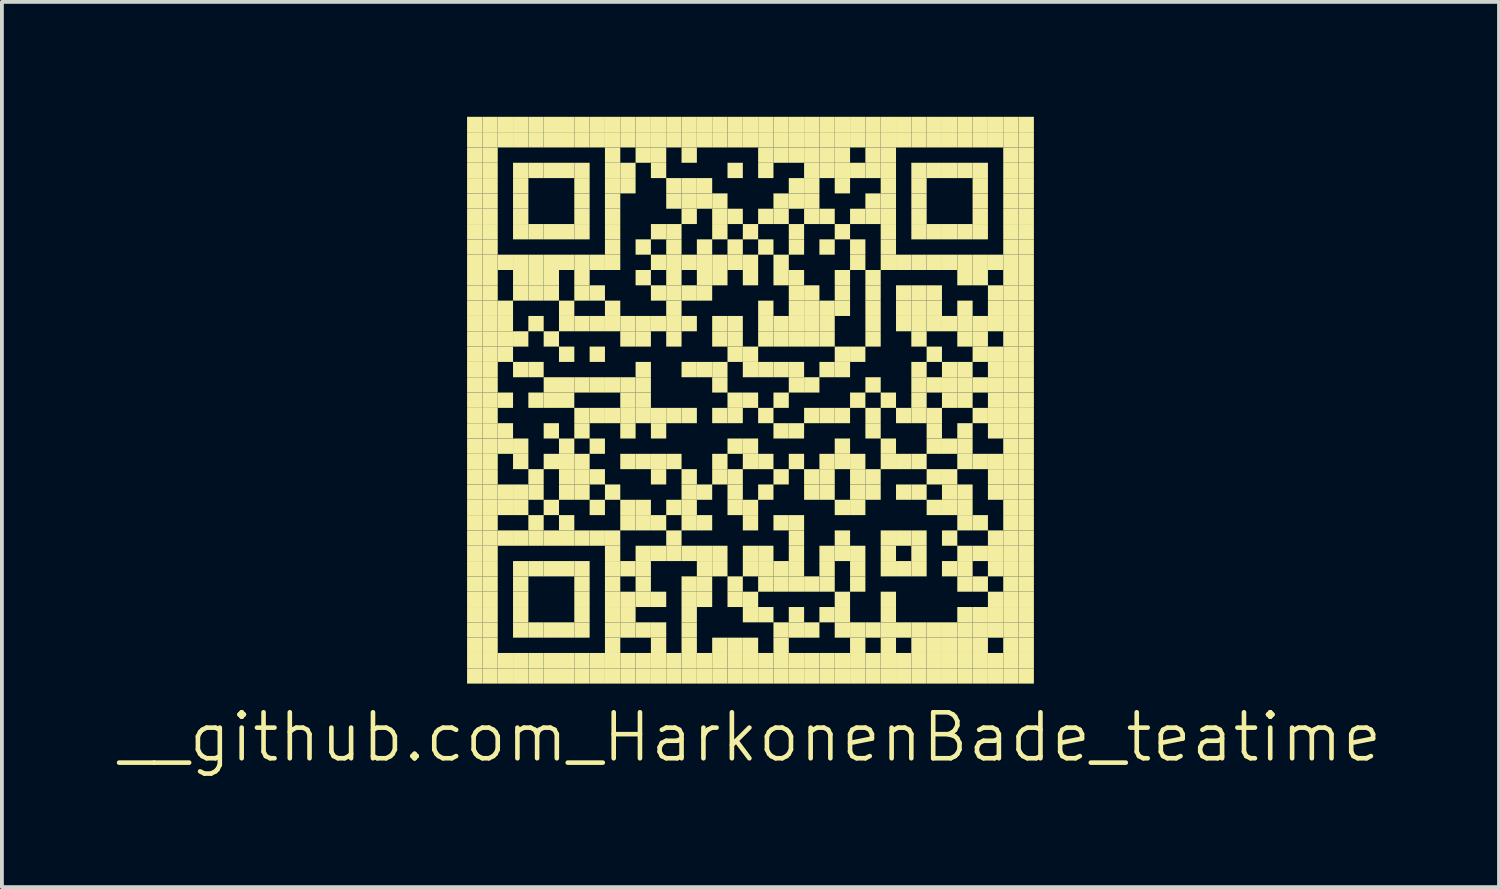
<source format=kicad_pcb>
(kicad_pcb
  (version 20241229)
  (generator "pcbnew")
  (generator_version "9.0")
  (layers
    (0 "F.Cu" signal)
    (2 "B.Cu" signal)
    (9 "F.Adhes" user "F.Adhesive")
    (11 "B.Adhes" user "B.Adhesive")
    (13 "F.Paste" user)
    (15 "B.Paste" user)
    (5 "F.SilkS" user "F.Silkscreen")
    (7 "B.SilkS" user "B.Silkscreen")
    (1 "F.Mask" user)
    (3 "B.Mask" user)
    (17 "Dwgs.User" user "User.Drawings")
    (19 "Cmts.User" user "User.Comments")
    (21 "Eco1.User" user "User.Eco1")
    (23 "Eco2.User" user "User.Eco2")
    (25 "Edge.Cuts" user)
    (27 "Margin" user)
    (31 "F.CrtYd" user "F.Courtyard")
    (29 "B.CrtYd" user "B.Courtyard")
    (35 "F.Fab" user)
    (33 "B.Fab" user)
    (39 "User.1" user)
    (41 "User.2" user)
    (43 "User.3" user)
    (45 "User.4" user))
  (footprint "__github.com_HarkonenBade_teatime"
    (layer "F.Cu")
    (at 16.546 7.4)
    (property "Reference" "__github.com_HarkonenBade_teatime" (at 0 8.8 0) (layer "F.SilkS") (effects (font (size 1.2 1.2) (thickness 0.12))))
    (attr through_hole)
    (fp_poly (pts (xy -7 -7) (xy -7 -7.4) (xy -7.4 -7.4) (xy -7.4 -7)) (stroke (width 0) (type solid)) (fill yes) (layer "F.SilkS"))
    (fp_poly (pts (xy -7 -6.6) (xy -7 -7) (xy -7.4 -7) (xy -7.4 -6.6)) (stroke (width 0) (type solid)) (fill yes) (layer "F.SilkS"))
    (fp_poly (pts (xy -7 -6.2) (xy -7 -6.6) (xy -7.4 -6.6) (xy -7.4 -6.2)) (stroke (width 0) (type solid)) (fill yes) (layer "F.SilkS"))
    (fp_poly (pts (xy -7 -5.8) (xy -7 -6.2) (xy -7.4 -6.2) (xy -7.4 -5.8)) (stroke (width 0) (type solid)) (fill yes) (layer "F.SilkS"))
    (fp_poly (pts (xy -7 -5.4) (xy -7 -5.8) (xy -7.4 -5.8) (xy -7.4 -5.4)) (stroke (width 0) (type solid)) (fill yes) (layer "F.SilkS"))
    (fp_poly (pts (xy -7 -5) (xy -7 -5.4) (xy -7.4 -5.4) (xy -7.4 -5)) (stroke (width 0) (type solid)) (fill yes) (layer "F.SilkS"))
    (fp_poly (pts (xy -7 -4.6) (xy -7 -5) (xy -7.4 -5) (xy -7.4 -4.6)) (stroke (width 0) (type solid)) (fill yes) (layer "F.SilkS"))
    (fp_poly (pts (xy -7 -4.2) (xy -7 -4.6) (xy -7.4 -4.6) (xy -7.4 -4.2)) (stroke (width 0) (type solid)) (fill yes) (layer "F.SilkS"))
    (fp_poly (pts (xy -7 -3.8) (xy -7 -4.2) (xy -7.4 -4.2) (xy -7.4 -3.8)) (stroke (width 0) (type solid)) (fill yes) (layer "F.SilkS"))
    (fp_poly (pts (xy -7 -3.4) (xy -7 -3.8) (xy -7.4 -3.8) (xy -7.4 -3.4)) (stroke (width 0) (type solid)) (fill yes) (layer "F.SilkS"))
    (fp_poly (pts (xy -7 -3) (xy -7 -3.4) (xy -7.4 -3.4) (xy -7.4 -3)) (stroke (width 0) (type solid)) (fill yes) (layer "F.SilkS"))
    (fp_poly (pts (xy -7 -2.6) (xy -7 -3) (xy -7.4 -3) (xy -7.4 -2.6)) (stroke (width 0) (type solid)) (fill yes) (layer "F.SilkS"))
    (fp_poly (pts (xy -7 -2.2) (xy -7 -2.6) (xy -7.4 -2.6) (xy -7.4 -2.2)) (stroke (width 0) (type solid)) (fill yes) (layer "F.SilkS"))
    (fp_poly (pts (xy -7 -1.8) (xy -7 -2.2) (xy -7.4 -2.2) (xy -7.4 -1.8)) (stroke (width 0) (type solid)) (fill yes) (layer "F.SilkS"))
    (fp_poly (pts (xy -7 -1.4) (xy -7 -1.8) (xy -7.4 -1.8) (xy -7.4 -1.4)) (stroke (width 0) (type solid)) (fill yes) (layer "F.SilkS"))
    (fp_poly (pts (xy -7 -1) (xy -7 -1.4) (xy -7.4 -1.4) (xy -7.4 -1)) (stroke (width 0) (type solid)) (fill yes) (layer "F.SilkS"))
    (fp_poly (pts (xy -7 -0.6) (xy -7 -1) (xy -7.4 -1) (xy -7.4 -0.6)) (stroke (width 0) (type solid)) (fill yes) (layer "F.SilkS"))
    (fp_poly (pts (xy -7 -0.2) (xy -7 -0.6) (xy -7.4 -0.6) (xy -7.4 -0.2)) (stroke (width 0) (type solid)) (fill yes) (layer "F.SilkS"))
    (fp_poly (pts (xy -7 0.2) (xy -7 -0.2) (xy -7.4 -0.2) (xy -7.4 0.2)) (stroke (width 0) (type solid)) (fill yes) (layer "F.SilkS"))
    (fp_poly (pts (xy -7 0.6) (xy -7 0.2) (xy -7.4 0.2) (xy -7.4 0.6)) (stroke (width 0) (type solid)) (fill yes) (layer "F.SilkS"))
    (fp_poly (pts (xy -7 1) (xy -7 0.6) (xy -7.4 0.6) (xy -7.4 1)) (stroke (width 0) (type solid)) (fill yes) (layer "F.SilkS"))
    (fp_poly (pts (xy -7 1.4) (xy -7 1) (xy -7.4 1) (xy -7.4 1.4)) (stroke (width 0) (type solid)) (fill yes) (layer "F.SilkS"))
    (fp_poly (pts (xy -7 1.8) (xy -7 1.4) (xy -7.4 1.4) (xy -7.4 1.8)) (stroke (width 0) (type solid)) (fill yes) (layer "F.SilkS"))
    (fp_poly (pts (xy -7 2.2) (xy -7 1.8) (xy -7.4 1.8) (xy -7.4 2.2)) (stroke (width 0) (type solid)) (fill yes) (layer "F.SilkS"))
    (fp_poly (pts (xy -7 2.6) (xy -7 2.2) (xy -7.4 2.2) (xy -7.4 2.6)) (stroke (width 0) (type solid)) (fill yes) (layer "F.SilkS"))
    (fp_poly (pts (xy -7 3) (xy -7 2.6) (xy -7.4 2.6) (xy -7.4 3)) (stroke (width 0) (type solid)) (fill yes) (layer "F.SilkS"))
    (fp_poly (pts (xy -7 3.4) (xy -7 3) (xy -7.4 3) (xy -7.4 3.4)) (stroke (width 0) (type solid)) (fill yes) (layer "F.SilkS"))
    (fp_poly (pts (xy -7 3.8) (xy -7 3.4) (xy -7.4 3.4) (xy -7.4 3.8)) (stroke (width 0) (type solid)) (fill yes) (layer "F.SilkS"))
    (fp_poly (pts (xy -7 4.2) (xy -7 3.8) (xy -7.4 3.8) (xy -7.4 4.2)) (stroke (width 0) (type solid)) (fill yes) (layer "F.SilkS"))
    (fp_poly (pts (xy -7 4.6) (xy -7 4.2) (xy -7.4 4.2) (xy -7.4 4.6)) (stroke (width 0) (type solid)) (fill yes) (layer "F.SilkS"))
    (fp_poly (pts (xy -7 5) (xy -7 4.6) (xy -7.4 4.6) (xy -7.4 5)) (stroke (width 0) (type solid)) (fill yes) (layer "F.SilkS"))
    (fp_poly (pts (xy -7 5.4) (xy -7 5) (xy -7.4 5) (xy -7.4 5.4)) (stroke (width 0) (type solid)) (fill yes) (layer "F.SilkS"))
    (fp_poly (pts (xy -7 5.8) (xy -7 5.4) (xy -7.4 5.4) (xy -7.4 5.8)) (stroke (width 0) (type solid)) (fill yes) (layer "F.SilkS"))
    (fp_poly (pts (xy -7 6.2) (xy -7 5.8) (xy -7.4 5.8) (xy -7.4 6.2)) (stroke (width 0) (type solid)) (fill yes) (layer "F.SilkS"))
    (fp_poly (pts (xy -7 6.6) (xy -7 6.2) (xy -7.4 6.2) (xy -7.4 6.6)) (stroke (width 0) (type solid)) (fill yes) (layer "F.SilkS"))
    (fp_poly (pts (xy -7 7) (xy -7 6.6) (xy -7.4 6.6) (xy -7.4 7)) (stroke (width 0) (type solid)) (fill yes) (layer "F.SilkS"))
    (fp_poly (pts (xy -7 7.4) (xy -7 7) (xy -7.4 7) (xy -7.4 7.4)) (stroke (width 0) (type solid)) (fill yes) (layer "F.SilkS"))
    (fp_poly (pts (xy -6.6 -7) (xy -6.6 -7.4) (xy -7 -7.4) (xy -7 -7)) (stroke (width 0) (type solid)) (fill yes) (layer "F.SilkS"))
    (fp_poly (pts (xy -6.6 -6.6) (xy -6.6 -7) (xy -7 -7) (xy -7 -6.6)) (stroke (width 0) (type solid)) (fill yes) (layer "F.SilkS"))
    (fp_poly (pts (xy -6.6 -6.2) (xy -6.6 -6.6) (xy -7 -6.6) (xy -7 -6.2)) (stroke (width 0) (type solid)) (fill yes) (layer "F.SilkS"))
    (fp_poly (pts (xy -6.6 -5.8) (xy -6.6 -6.2) (xy -7 -6.2) (xy -7 -5.8)) (stroke (width 0) (type solid)) (fill yes) (layer "F.SilkS"))
    (fp_poly (pts (xy -6.6 -5.4) (xy -6.6 -5.8) (xy -7 -5.8) (xy -7 -5.4)) (stroke (width 0) (type solid)) (fill yes) (layer "F.SilkS"))
    (fp_poly (pts (xy -6.6 -5) (xy -6.6 -5.4) (xy -7 -5.4) (xy -7 -5)) (stroke (width 0) (type solid)) (fill yes) (layer "F.SilkS"))
    (fp_poly (pts (xy -6.6 -4.6) (xy -6.6 -5) (xy -7 -5) (xy -7 -4.6)) (stroke (width 0) (type solid)) (fill yes) (layer "F.SilkS"))
    (fp_poly (pts (xy -6.6 -4.2) (xy -6.6 -4.6) (xy -7 -4.6) (xy -7 -4.2)) (stroke (width 0) (type solid)) (fill yes) (layer "F.SilkS"))
    (fp_poly (pts (xy -6.6 -3.8) (xy -6.6 -4.2) (xy -7 -4.2) (xy -7 -3.8)) (stroke (width 0) (type solid)) (fill yes) (layer "F.SilkS"))
    (fp_poly (pts (xy -6.6 -3.4) (xy -6.6 -3.8) (xy -7 -3.8) (xy -7 -3.4)) (stroke (width 0) (type solid)) (fill yes) (layer "F.SilkS"))
    (fp_poly (pts (xy -6.6 -3) (xy -6.6 -3.4) (xy -7 -3.4) (xy -7 -3)) (stroke (width 0) (type solid)) (fill yes) (layer "F.SilkS"))
    (fp_poly (pts (xy -6.6 -2.6) (xy -6.6 -3) (xy -7 -3) (xy -7 -2.6)) (stroke (width 0) (type solid)) (fill yes) (layer "F.SilkS"))
    (fp_poly (pts (xy -6.6 -2.2) (xy -6.6 -2.6) (xy -7 -2.6) (xy -7 -2.2)) (stroke (width 0) (type solid)) (fill yes) (layer "F.SilkS"))
    (fp_poly (pts (xy -6.6 -1.8) (xy -6.6 -2.2) (xy -7 -2.2) (xy -7 -1.8)) (stroke (width 0) (type solid)) (fill yes) (layer "F.SilkS"))
    (fp_poly (pts (xy -6.6 -1.4) (xy -6.6 -1.8) (xy -7 -1.8) (xy -7 -1.4)) (stroke (width 0) (type solid)) (fill yes) (layer "F.SilkS"))
    (fp_poly (pts (xy -6.6 -1) (xy -6.6 -1.4) (xy -7 -1.4) (xy -7 -1)) (stroke (width 0) (type solid)) (fill yes) (layer "F.SilkS"))
    (fp_poly (pts (xy -6.6 -0.6) (xy -6.6 -1) (xy -7 -1) (xy -7 -0.6)) (stroke (width 0) (type solid)) (fill yes) (layer "F.SilkS"))
    (fp_poly (pts (xy -6.6 -0.2) (xy -6.6 -0.6) (xy -7 -0.6) (xy -7 -0.2)) (stroke (width 0) (type solid)) (fill yes) (layer "F.SilkS"))
    (fp_poly (pts (xy -6.6 0.2) (xy -6.6 -0.2) (xy -7 -0.2) (xy -7 0.2)) (stroke (width 0) (type solid)) (fill yes) (layer "F.SilkS"))
    (fp_poly (pts (xy -6.6 0.6) (xy -6.6 0.2) (xy -7 0.2) (xy -7 0.6)) (stroke (width 0) (type solid)) (fill yes) (layer "F.SilkS"))
    (fp_poly (pts (xy -6.6 1) (xy -6.6 0.6) (xy -7 0.6) (xy -7 1)) (stroke (width 0) (type solid)) (fill yes) (layer "F.SilkS"))
    (fp_poly (pts (xy -6.6 1.4) (xy -6.6 1) (xy -7 1) (xy -7 1.4)) (stroke (width 0) (type solid)) (fill yes) (layer "F.SilkS"))
    (fp_poly (pts (xy -6.6 1.8) (xy -6.6 1.4) (xy -7 1.4) (xy -7 1.8)) (stroke (width 0) (type solid)) (fill yes) (layer "F.SilkS"))
    (fp_poly (pts (xy -6.6 2.2) (xy -6.6 1.8) (xy -7 1.8) (xy -7 2.2)) (stroke (width 0) (type solid)) (fill yes) (layer "F.SilkS"))
    (fp_poly (pts (xy -6.6 2.6) (xy -6.6 2.2) (xy -7 2.2) (xy -7 2.6)) (stroke (width 0) (type solid)) (fill yes) (layer "F.SilkS"))
    (fp_poly (pts (xy -6.6 3) (xy -6.6 2.6) (xy -7 2.6) (xy -7 3)) (stroke (width 0) (type solid)) (fill yes) (layer "F.SilkS"))
    (fp_poly (pts (xy -6.6 3.4) (xy -6.6 3) (xy -7 3) (xy -7 3.4)) (stroke (width 0) (type solid)) (fill yes) (layer "F.SilkS"))
    (fp_poly (pts (xy -6.6 3.8) (xy -6.6 3.4) (xy -7 3.4) (xy -7 3.8)) (stroke (width 0) (type solid)) (fill yes) (layer "F.SilkS"))
    (fp_poly (pts (xy -6.6 4.2) (xy -6.6 3.8) (xy -7 3.8) (xy -7 4.2)) (stroke (width 0) (type solid)) (fill yes) (layer "F.SilkS"))
    (fp_poly (pts (xy -6.6 4.6) (xy -6.6 4.2) (xy -7 4.2) (xy -7 4.6)) (stroke (width 0) (type solid)) (fill yes) (layer "F.SilkS"))
    (fp_poly (pts (xy -6.6 5) (xy -6.6 4.6) (xy -7 4.6) (xy -7 5)) (stroke (width 0) (type solid)) (fill yes) (layer "F.SilkS"))
    (fp_poly (pts (xy -6.6 5.4) (xy -6.6 5) (xy -7 5) (xy -7 5.4)) (stroke (width 0) (type solid)) (fill yes) (layer "F.SilkS"))
    (fp_poly (pts (xy -6.6 5.8) (xy -6.6 5.4) (xy -7 5.4) (xy -7 5.8)) (stroke (width 0) (type solid)) (fill yes) (layer "F.SilkS"))
    (fp_poly (pts (xy -6.6 6.2) (xy -6.6 5.8) (xy -7 5.8) (xy -7 6.2)) (stroke (width 0) (type solid)) (fill yes) (layer "F.SilkS"))
    (fp_poly (pts (xy -6.6 6.6) (xy -6.6 6.2) (xy -7 6.2) (xy -7 6.6)) (stroke (width 0) (type solid)) (fill yes) (layer "F.SilkS"))
    (fp_poly (pts (xy -6.6 7) (xy -6.6 6.6) (xy -7 6.6) (xy -7 7)) (stroke (width 0) (type solid)) (fill yes) (layer "F.SilkS"))
    (fp_poly (pts (xy -6.6 7.4) (xy -6.6 7) (xy -7 7) (xy -7 7.4)) (stroke (width 0) (type solid)) (fill yes) (layer "F.SilkS"))
    (fp_poly (pts (xy -6.2 -7) (xy -6.2 -7.4) (xy -6.6 -7.4) (xy -6.6 -7)) (stroke (width 0) (type solid)) (fill yes) (layer "F.SilkS"))
    (fp_poly (pts (xy -6.2 -6.6) (xy -6.2 -7) (xy -6.6 -7) (xy -6.6 -6.6)) (stroke (width 0) (type solid)) (fill yes) (layer "F.SilkS"))
    (fp_poly (pts (xy -6.2 -3.4) (xy -6.2 -3.8) (xy -6.6 -3.8) (xy -6.6 -3.4)) (stroke (width 0) (type solid)) (fill yes) (layer "F.SilkS"))
    (fp_poly (pts (xy -6.2 -2.2) (xy -6.2 -2.6) (xy -6.6 -2.6) (xy -6.6 -2.2)) (stroke (width 0) (type solid)) (fill yes) (layer "F.SilkS"))
    (fp_poly (pts (xy -6.2 -1.8) (xy -6.2 -2.2) (xy -6.6 -2.2) (xy -6.6 -1.8)) (stroke (width 0) (type solid)) (fill yes) (layer "F.SilkS"))
    (fp_poly (pts (xy -6.2 -1.4) (xy -6.2 -1.8) (xy -6.6 -1.8) (xy -6.6 -1.4)) (stroke (width 0) (type solid)) (fill yes) (layer "F.SilkS"))
    (fp_poly (pts (xy -6.2 -1) (xy -6.2 -1.4) (xy -6.6 -1.4) (xy -6.6 -1)) (stroke (width 0) (type solid)) (fill yes) (layer "F.SilkS"))
    (fp_poly (pts (xy -6.2 0.2) (xy -6.2 -0.2) (xy -6.6 -0.2) (xy -6.6 0.2)) (stroke (width 0) (type solid)) (fill yes) (layer "F.SilkS"))
    (fp_poly (pts (xy -6.2 1) (xy -6.2 0.6) (xy -6.6 0.6) (xy -6.6 1)) (stroke (width 0) (type solid)) (fill yes) (layer "F.SilkS"))
    (fp_poly (pts (xy -6.2 1.4) (xy -6.2 1) (xy -6.6 1) (xy -6.6 1.4)) (stroke (width 0) (type solid)) (fill yes) (layer "F.SilkS"))
    (fp_poly (pts (xy -6.2 2.6) (xy -6.2 2.2) (xy -6.6 2.2) (xy -6.6 2.6)) (stroke (width 0) (type solid)) (fill yes) (layer "F.SilkS"))
    (fp_poly (pts (xy -6.2 3) (xy -6.2 2.6) (xy -6.6 2.6) (xy -6.6 3)) (stroke (width 0) (type solid)) (fill yes) (layer "F.SilkS"))
    (fp_poly (pts (xy -6.2 3.8) (xy -6.2 3.4) (xy -6.6 3.4) (xy -6.6 3.8)) (stroke (width 0) (type solid)) (fill yes) (layer "F.SilkS"))
    (fp_poly (pts (xy -6.2 7) (xy -6.2 6.6) (xy -6.6 6.6) (xy -6.6 7)) (stroke (width 0) (type solid)) (fill yes) (layer "F.SilkS"))
    (fp_poly (pts (xy -6.2 7.4) (xy -6.2 7) (xy -6.6 7) (xy -6.6 7.4)) (stroke (width 0) (type solid)) (fill yes) (layer "F.SilkS"))
    (fp_poly (pts (xy -5.8 -7) (xy -5.8 -7.4) (xy -6.2 -7.4) (xy -6.2 -7)) (stroke (width 0) (type solid)) (fill yes) (layer "F.SilkS"))
    (fp_poly (pts (xy -5.8 -6.6) (xy -5.8 -7) (xy -6.2 -7) (xy -6.2 -6.6)) (stroke (width 0) (type solid)) (fill yes) (layer "F.SilkS"))
    (fp_poly (pts (xy -5.8 -5.8) (xy -5.8 -6.2) (xy -6.2 -6.2) (xy -6.2 -5.8)) (stroke (width 0) (type solid)) (fill yes) (layer "F.SilkS"))
    (fp_poly (pts (xy -5.8 -5.4) (xy -5.8 -5.8) (xy -6.2 -5.8) (xy -6.2 -5.4)) (stroke (width 0) (type solid)) (fill yes) (layer "F.SilkS"))
    (fp_poly (pts (xy -5.8 -5) (xy -5.8 -5.4) (xy -6.2 -5.4) (xy -6.2 -5)) (stroke (width 0) (type solid)) (fill yes) (layer "F.SilkS"))
    (fp_poly (pts (xy -5.8 -4.6) (xy -5.8 -5) (xy -6.2 -5) (xy -6.2 -4.6)) (stroke (width 0) (type solid)) (fill yes) (layer "F.SilkS"))
    (fp_poly (pts (xy -5.8 -4.2) (xy -5.8 -4.6) (xy -6.2 -4.6) (xy -6.2 -4.2)) (stroke (width 0) (type solid)) (fill yes) (layer "F.SilkS"))
    (fp_poly (pts (xy -5.8 -3.4) (xy -5.8 -3.8) (xy -6.2 -3.8) (xy -6.2 -3.4)) (stroke (width 0) (type solid)) (fill yes) (layer "F.SilkS"))
    (fp_poly (pts (xy -5.8 -3) (xy -5.8 -3.4) (xy -6.2 -3.4) (xy -6.2 -3)) (stroke (width 0) (type solid)) (fill yes) (layer "F.SilkS"))
    (fp_poly (pts (xy -5.8 -2.6) (xy -5.8 -3) (xy -6.2 -3) (xy -6.2 -2.6)) (stroke (width 0) (type solid)) (fill yes) (layer "F.SilkS"))
    (fp_poly (pts (xy -5.8 -1.4) (xy -5.8 -1.8) (xy -6.2 -1.8) (xy -6.2 -1.4)) (stroke (width 0) (type solid)) (fill yes) (layer "F.SilkS"))
    (fp_poly (pts (xy -5.8 -0.6) (xy -5.8 -1) (xy -6.2 -1) (xy -6.2 -0.6)) (stroke (width 0) (type solid)) (fill yes) (layer "F.SilkS"))
    (fp_poly (pts (xy -5.8 1.4) (xy -5.8 1) (xy -6.2 1) (xy -6.2 1.4)) (stroke (width 0) (type solid)) (fill yes) (layer "F.SilkS"))
    (fp_poly (pts (xy -5.8 1.8) (xy -5.8 1.4) (xy -6.2 1.4) (xy -6.2 1.8)) (stroke (width 0) (type solid)) (fill yes) (layer "F.SilkS"))
    (fp_poly (pts (xy -5.8 2.6) (xy -5.8 2.2) (xy -6.2 2.2) (xy -6.2 2.6)) (stroke (width 0) (type solid)) (fill yes) (layer "F.SilkS"))
    (fp_poly (pts (xy -5.8 3) (xy -5.8 2.6) (xy -6.2 2.6) (xy -6.2 3)) (stroke (width 0) (type solid)) (fill yes) (layer "F.SilkS"))
    (fp_poly (pts (xy -5.8 3.8) (xy -5.8 3.4) (xy -6.2 3.4) (xy -6.2 3.8)) (stroke (width 0) (type solid)) (fill yes) (layer "F.SilkS"))
    (fp_poly (pts (xy -5.8 4.6) (xy -5.8 4.2) (xy -6.2 4.2) (xy -6.2 4.6)) (stroke (width 0) (type solid)) (fill yes) (layer "F.SilkS"))
    (fp_poly (pts (xy -5.8 5) (xy -5.8 4.6) (xy -6.2 4.6) (xy -6.2 5)) (stroke (width 0) (type solid)) (fill yes) (layer "F.SilkS"))
    (fp_poly (pts (xy -5.8 5.4) (xy -5.8 5) (xy -6.2 5) (xy -6.2 5.4)) (stroke (width 0) (type solid)) (fill yes) (layer "F.SilkS"))
    (fp_poly (pts (xy -5.8 5.8) (xy -5.8 5.4) (xy -6.2 5.4) (xy -6.2 5.8)) (stroke (width 0) (type solid)) (fill yes) (layer "F.SilkS"))
    (fp_poly (pts (xy -5.8 6.2) (xy -5.8 5.8) (xy -6.2 5.8) (xy -6.2 6.2)) (stroke (width 0) (type solid)) (fill yes) (layer "F.SilkS"))
    (fp_poly (pts (xy -5.8 7) (xy -5.8 6.6) (xy -6.2 6.6) (xy -6.2 7)) (stroke (width 0) (type solid)) (fill yes) (layer "F.SilkS"))
    (fp_poly (pts (xy -5.8 7.4) (xy -5.8 7) (xy -6.2 7) (xy -6.2 7.4)) (stroke (width 0) (type solid)) (fill yes) (layer "F.SilkS"))
    (fp_poly (pts (xy -5.4 -7) (xy -5.4 -7.4) (xy -5.8 -7.4) (xy -5.8 -7)) (stroke (width 0) (type solid)) (fill yes) (layer "F.SilkS"))
    (fp_poly (pts (xy -5.4 -6.6) (xy -5.4 -7) (xy -5.8 -7) (xy -5.8 -6.6)) (stroke (width 0) (type solid)) (fill yes) (layer "F.SilkS"))
    (fp_poly (pts (xy -5.4 -5.8) (xy -5.4 -6.2) (xy -5.8 -6.2) (xy -5.8 -5.8)) (stroke (width 0) (type solid)) (fill yes) (layer "F.SilkS"))
    (fp_poly (pts (xy -5.4 -4.2) (xy -5.4 -4.6) (xy -5.8 -4.6) (xy -5.8 -4.2)) (stroke (width 0) (type solid)) (fill yes) (layer "F.SilkS"))
    (fp_poly (pts (xy -5.4 -3.4) (xy -5.4 -3.8) (xy -5.8 -3.8) (xy -5.8 -3.4)) (stroke (width 0) (type solid)) (fill yes) (layer "F.SilkS"))
    (fp_poly (pts (xy -5.4 -3) (xy -5.4 -3.4) (xy -5.8 -3.4) (xy -5.8 -3)) (stroke (width 0) (type solid)) (fill yes) (layer "F.SilkS"))
    (fp_poly (pts (xy -5.4 -2.6) (xy -5.4 -3) (xy -5.8 -3) (xy -5.8 -2.6)) (stroke (width 0) (type solid)) (fill yes) (layer "F.SilkS"))
    (fp_poly (pts (xy -5.4 -1.8) (xy -5.4 -2.2) (xy -5.8 -2.2) (xy -5.8 -1.8)) (stroke (width 0) (type solid)) (fill yes) (layer "F.SilkS"))
    (fp_poly (pts (xy -5.4 -0.6) (xy -5.4 -1) (xy -5.8 -1) (xy -5.8 -0.6)) (stroke (width 0) (type solid)) (fill yes) (layer "F.SilkS"))
    (fp_poly (pts (xy -5.4 0.2) (xy -5.4 -0.2) (xy -5.8 -0.2) (xy -5.8 0.2)) (stroke (width 0) (type solid)) (fill yes) (layer "F.SilkS"))
    (fp_poly (pts (xy -5.4 2.2) (xy -5.4 1.8) (xy -5.8 1.8) (xy -5.8 2.2)) (stroke (width 0) (type solid)) (fill yes) (layer "F.SilkS"))
    (fp_poly (pts (xy -5.4 2.6) (xy -5.4 2.2) (xy -5.8 2.2) (xy -5.8 2.6)) (stroke (width 0) (type solid)) (fill yes) (layer "F.SilkS"))
    (fp_poly (pts (xy -5.4 3.4) (xy -5.4 3) (xy -5.8 3) (xy -5.8 3.4)) (stroke (width 0) (type solid)) (fill yes) (layer "F.SilkS"))
    (fp_poly (pts (xy -5.4 3.8) (xy -5.4 3.4) (xy -5.8 3.4) (xy -5.8 3.8)) (stroke (width 0) (type solid)) (fill yes) (layer "F.SilkS"))
    (fp_poly (pts (xy -5.4 4.6) (xy -5.4 4.2) (xy -5.8 4.2) (xy -5.8 4.6)) (stroke (width 0) (type solid)) (fill yes) (layer "F.SilkS"))
    (fp_poly (pts (xy -5.4 6.2) (xy -5.4 5.8) (xy -5.8 5.8) (xy -5.8 6.2)) (stroke (width 0) (type solid)) (fill yes) (layer "F.SilkS"))
    (fp_poly (pts (xy -5.4 7) (xy -5.4 6.6) (xy -5.8 6.6) (xy -5.8 7)) (stroke (width 0) (type solid)) (fill yes) (layer "F.SilkS"))
    (fp_poly (pts (xy -5.4 7.4) (xy -5.4 7) (xy -5.8 7) (xy -5.8 7.4)) (stroke (width 0) (type solid)) (fill yes) (layer "F.SilkS"))
    (fp_poly (pts (xy -5 -7) (xy -5 -7.4) (xy -5.4 -7.4) (xy -5.4 -7)) (stroke (width 0) (type solid)) (fill yes) (layer "F.SilkS"))
    (fp_poly (pts (xy -5 -6.6) (xy -5 -7) (xy -5.4 -7) (xy -5.4 -6.6)) (stroke (width 0) (type solid)) (fill yes) (layer "F.SilkS"))
    (fp_poly (pts (xy -5 -5.8) (xy -5 -6.2) (xy -5.4 -6.2) (xy -5.4 -5.8)) (stroke (width 0) (type solid)) (fill yes) (layer "F.SilkS"))
    (fp_poly (pts (xy -5 -4.2) (xy -5 -4.6) (xy -5.4 -4.6) (xy -5.4 -4.2)) (stroke (width 0) (type solid)) (fill yes) (layer "F.SilkS"))
    (fp_poly (pts (xy -5 -3.4) (xy -5 -3.8) (xy -5.4 -3.8) (xy -5.4 -3.4)) (stroke (width 0) (type solid)) (fill yes) (layer "F.SilkS"))
    (fp_poly (pts (xy -5 -3) (xy -5 -3.4) (xy -5.4 -3.4) (xy -5.4 -3)) (stroke (width 0) (type solid)) (fill yes) (layer "F.SilkS"))
    (fp_poly (pts (xy -5 -2.6) (xy -5 -3) (xy -5.4 -3) (xy -5.4 -2.6)) (stroke (width 0) (type solid)) (fill yes) (layer "F.SilkS"))
    (fp_poly (pts (xy -5 -1.4) (xy -5 -1.8) (xy -5.4 -1.8) (xy -5.4 -1.4)) (stroke (width 0) (type solid)) (fill yes) (layer "F.SilkS"))
    (fp_poly (pts (xy -5 -0.2) (xy -5 -0.6) (xy -5.4 -0.6) (xy -5.4 -0.2)) (stroke (width 0) (type solid)) (fill yes) (layer "F.SilkS"))
    (fp_poly (pts (xy -5 0.2) (xy -5 -0.2) (xy -5.4 -0.2) (xy -5.4 0.2)) (stroke (width 0) (type solid)) (fill yes) (layer "F.SilkS"))
    (fp_poly (pts (xy -5 1) (xy -5 0.6) (xy -5.4 0.6) (xy -5.4 1)) (stroke (width 0) (type solid)) (fill yes) (layer "F.SilkS"))
    (fp_poly (pts (xy -5 1.8) (xy -5 1.4) (xy -5.4 1.4) (xy -5.4 1.8)) (stroke (width 0) (type solid)) (fill yes) (layer "F.SilkS"))
    (fp_poly (pts (xy -5 3) (xy -5 2.6) (xy -5.4 2.6) (xy -5.4 3)) (stroke (width 0) (type solid)) (fill yes) (layer "F.SilkS"))
    (fp_poly (pts (xy -5 3.8) (xy -5 3.4) (xy -5.4 3.4) (xy -5.4 3.8)) (stroke (width 0) (type solid)) (fill yes) (layer "F.SilkS"))
    (fp_poly (pts (xy -5 4.6) (xy -5 4.2) (xy -5.4 4.2) (xy -5.4 4.6)) (stroke (width 0) (type solid)) (fill yes) (layer "F.SilkS"))
    (fp_poly (pts (xy -5 6.2) (xy -5 5.8) (xy -5.4 5.8) (xy -5.4 6.2)) (stroke (width 0) (type solid)) (fill yes) (layer "F.SilkS"))
    (fp_poly (pts (xy -5 7) (xy -5 6.6) (xy -5.4 6.6) (xy -5.4 7)) (stroke (width 0) (type solid)) (fill yes) (layer "F.SilkS"))
    (fp_poly (pts (xy -5 7.4) (xy -5 7) (xy -5.4 7) (xy -5.4 7.4)) (stroke (width 0) (type solid)) (fill yes) (layer "F.SilkS"))
    (fp_poly (pts (xy -4.6 -7) (xy -4.6 -7.4) (xy -5 -7.4) (xy -5 -7)) (stroke (width 0) (type solid)) (fill yes) (layer "F.SilkS"))
    (fp_poly (pts (xy -4.6 -6.6) (xy -4.6 -7) (xy -5 -7) (xy -5 -6.6)) (stroke (width 0) (type solid)) (fill yes) (layer "F.SilkS"))
    (fp_poly (pts (xy -4.6 -5.8) (xy -4.6 -6.2) (xy -5 -6.2) (xy -5 -5.8)) (stroke (width 0) (type solid)) (fill yes) (layer "F.SilkS"))
    (fp_poly (pts (xy -4.6 -4.2) (xy -4.6 -4.6) (xy -5 -4.6) (xy -5 -4.2)) (stroke (width 0) (type solid)) (fill yes) (layer "F.SilkS"))
    (fp_poly (pts (xy -4.6 -3.4) (xy -4.6 -3.8) (xy -5 -3.8) (xy -5 -3.4)) (stroke (width 0) (type solid)) (fill yes) (layer "F.SilkS"))
    (fp_poly (pts (xy -4.6 -2.2) (xy -4.6 -2.6) (xy -5 -2.6) (xy -5 -2.2)) (stroke (width 0) (type solid)) (fill yes) (layer "F.SilkS"))
    (fp_poly (pts (xy -4.6 -1.8) (xy -4.6 -2.2) (xy -5 -2.2) (xy -5 -1.8)) (stroke (width 0) (type solid)) (fill yes) (layer "F.SilkS"))
    (fp_poly (pts (xy -4.6 -1) (xy -4.6 -1.4) (xy -5 -1.4) (xy -5 -1)) (stroke (width 0) (type solid)) (fill yes) (layer "F.SilkS"))
    (fp_poly (pts (xy -4.6 -0.2) (xy -4.6 -0.6) (xy -5 -0.6) (xy -5 -0.2)) (stroke (width 0) (type solid)) (fill yes) (layer "F.SilkS"))
    (fp_poly (pts (xy -4.6 0.2) (xy -4.6 -0.2) (xy -5 -0.2) (xy -5 0.2)) (stroke (width 0) (type solid)) (fill yes) (layer "F.SilkS"))
    (fp_poly (pts (xy -4.6 1.4) (xy -4.6 1) (xy -5 1) (xy -5 1.4)) (stroke (width 0) (type solid)) (fill yes) (layer "F.SilkS"))
    (fp_poly (pts (xy -4.6 1.8) (xy -4.6 1.4) (xy -5 1.4) (xy -5 1.8)) (stroke (width 0) (type solid)) (fill yes) (layer "F.SilkS"))
    (fp_poly (pts (xy -4.6 2.2) (xy -4.6 1.8) (xy -5 1.8) (xy -5 2.2)) (stroke (width 0) (type solid)) (fill yes) (layer "F.SilkS"))
    (fp_poly (pts (xy -4.6 2.6) (xy -4.6 2.2) (xy -5 2.2) (xy -5 2.6)) (stroke (width 0) (type solid)) (fill yes) (layer "F.SilkS"))
    (fp_poly (pts (xy -4.6 3.4) (xy -4.6 3) (xy -5 3) (xy -5 3.4)) (stroke (width 0) (type solid)) (fill yes) (layer "F.SilkS"))
    (fp_poly (pts (xy -4.6 3.8) (xy -4.6 3.4) (xy -5 3.4) (xy -5 3.8)) (stroke (width 0) (type solid)) (fill yes) (layer "F.SilkS"))
    (fp_poly (pts (xy -4.6 4.6) (xy -4.6 4.2) (xy -5 4.2) (xy -5 4.6)) (stroke (width 0) (type solid)) (fill yes) (layer "F.SilkS"))
    (fp_poly (pts (xy -4.6 6.2) (xy -4.6 5.8) (xy -5 5.8) (xy -5 6.2)) (stroke (width 0) (type solid)) (fill yes) (layer "F.SilkS"))
    (fp_poly (pts (xy -4.6 7) (xy -4.6 6.6) (xy -5 6.6) (xy -5 7)) (stroke (width 0) (type solid)) (fill yes) (layer "F.SilkS"))
    (fp_poly (pts (xy -4.6 7.4) (xy -4.6 7) (xy -5 7) (xy -5 7.4)) (stroke (width 0) (type solid)) (fill yes) (layer "F.SilkS"))
    (fp_poly (pts (xy -4.2 -7) (xy -4.2 -7.4) (xy -4.6 -7.4) (xy -4.6 -7)) (stroke (width 0) (type solid)) (fill yes) (layer "F.SilkS"))
    (fp_poly (pts (xy -4.2 -6.6) (xy -4.2 -7) (xy -4.6 -7) (xy -4.6 -6.6)) (stroke (width 0) (type solid)) (fill yes) (layer "F.SilkS"))
    (fp_poly (pts (xy -4.2 -5.8) (xy -4.2 -6.2) (xy -4.6 -6.2) (xy -4.6 -5.8)) (stroke (width 0) (type solid)) (fill yes) (layer "F.SilkS"))
    (fp_poly (pts (xy -4.2 -5.4) (xy -4.2 -5.8) (xy -4.6 -5.8) (xy -4.6 -5.4)) (stroke (width 0) (type solid)) (fill yes) (layer "F.SilkS"))
    (fp_poly (pts (xy -4.2 -5) (xy -4.2 -5.4) (xy -4.6 -5.4) (xy -4.6 -5)) (stroke (width 0) (type solid)) (fill yes) (layer "F.SilkS"))
    (fp_poly (pts (xy -4.2 -4.6) (xy -4.2 -5) (xy -4.6 -5) (xy -4.6 -4.6)) (stroke (width 0) (type solid)) (fill yes) (layer "F.SilkS"))
    (fp_poly (pts (xy -4.2 -4.2) (xy -4.2 -4.6) (xy -4.6 -4.6) (xy -4.6 -4.2)) (stroke (width 0) (type solid)) (fill yes) (layer "F.SilkS"))
    (fp_poly (pts (xy -4.2 -3.4) (xy -4.2 -3.8) (xy -4.6 -3.8) (xy -4.6 -3.4)) (stroke (width 0) (type solid)) (fill yes) (layer "F.SilkS"))
    (fp_poly (pts (xy -4.2 -3) (xy -4.2 -3.4) (xy -4.6 -3.4) (xy -4.6 -3)) (stroke (width 0) (type solid)) (fill yes) (layer "F.SilkS"))
    (fp_poly (pts (xy -4.2 -2.6) (xy -4.2 -3) (xy -4.6 -3) (xy -4.6 -2.6)) (stroke (width 0) (type solid)) (fill yes) (layer "F.SilkS"))
    (fp_poly (pts (xy -4.2 -1.8) (xy -4.2 -2.2) (xy -4.6 -2.2) (xy -4.6 -1.8)) (stroke (width 0) (type solid)) (fill yes) (layer "F.SilkS"))
    (fp_poly (pts (xy -4.2 -0.2) (xy -4.2 -0.6) (xy -4.6 -0.6) (xy -4.6 -0.2)) (stroke (width 0) (type solid)) (fill yes) (layer "F.SilkS"))
    (fp_poly (pts (xy -4.2 0.6) (xy -4.2 0.2) (xy -4.6 0.2) (xy -4.6 0.6)) (stroke (width 0) (type solid)) (fill yes) (layer "F.SilkS"))
    (fp_poly (pts (xy -4.2 1) (xy -4.2 0.6) (xy -4.6 0.6) (xy -4.6 1)) (stroke (width 0) (type solid)) (fill yes) (layer "F.SilkS"))
    (fp_poly (pts (xy -4.2 1.8) (xy -4.2 1.4) (xy -4.6 1.4) (xy -4.6 1.8)) (stroke (width 0) (type solid)) (fill yes) (layer "F.SilkS"))
    (fp_poly (pts (xy -4.2 2.2) (xy -4.2 1.8) (xy -4.6 1.8) (xy -4.6 2.2)) (stroke (width 0) (type solid)) (fill yes) (layer "F.SilkS"))
    (fp_poly (pts (xy -4.2 2.6) (xy -4.2 2.2) (xy -4.6 2.2) (xy -4.6 2.6)) (stroke (width 0) (type solid)) (fill yes) (layer "F.SilkS"))
    (fp_poly (pts (xy -4.2 3.8) (xy -4.2 3.4) (xy -4.6 3.4) (xy -4.6 3.8)) (stroke (width 0) (type solid)) (fill yes) (layer "F.SilkS"))
    (fp_poly (pts (xy -4.2 4.6) (xy -4.2 4.2) (xy -4.6 4.2) (xy -4.6 4.6)) (stroke (width 0) (type solid)) (fill yes) (layer "F.SilkS"))
    (fp_poly (pts (xy -4.2 5) (xy -4.2 4.6) (xy -4.6 4.6) (xy -4.6 5)) (stroke (width 0) (type solid)) (fill yes) (layer "F.SilkS"))
    (fp_poly (pts (xy -4.2 5.4) (xy -4.2 5) (xy -4.6 5) (xy -4.6 5.4)) (stroke (width 0) (type solid)) (fill yes) (layer "F.SilkS"))
    (fp_poly (pts (xy -4.2 5.8) (xy -4.2 5.4) (xy -4.6 5.4) (xy -4.6 5.8)) (stroke (width 0) (type solid)) (fill yes) (layer "F.SilkS"))
    (fp_poly (pts (xy -4.2 6.2) (xy -4.2 5.8) (xy -4.6 5.8) (xy -4.6 6.2)) (stroke (width 0) (type solid)) (fill yes) (layer "F.SilkS"))
    (fp_poly (pts (xy -4.2 7) (xy -4.2 6.6) (xy -4.6 6.6) (xy -4.6 7)) (stroke (width 0) (type solid)) (fill yes) (layer "F.SilkS"))
    (fp_poly (pts (xy -4.2 7.4) (xy -4.2 7) (xy -4.6 7) (xy -4.6 7.4)) (stroke (width 0) (type solid)) (fill yes) (layer "F.SilkS"))
    (fp_poly (pts (xy -3.8 -7) (xy -3.8 -7.4) (xy -4.2 -7.4) (xy -4.2 -7)) (stroke (width 0) (type solid)) (fill yes) (layer "F.SilkS"))
    (fp_poly (pts (xy -3.8 -6.6) (xy -3.8 -7) (xy -4.2 -7) (xy -4.2 -6.6)) (stroke (width 0) (type solid)) (fill yes) (layer "F.SilkS"))
    (fp_poly (pts (xy -3.8 -3.4) (xy -3.8 -3.8) (xy -4.2 -3.8) (xy -4.2 -3.4)) (stroke (width 0) (type solid)) (fill yes) (layer "F.SilkS"))
    (fp_poly (pts (xy -3.8 -2.6) (xy -3.8 -3) (xy -4.2 -3) (xy -4.2 -2.6)) (stroke (width 0) (type solid)) (fill yes) (layer "F.SilkS"))
    (fp_poly (pts (xy -3.8 -1.8) (xy -3.8 -2.2) (xy -4.2 -2.2) (xy -4.2 -1.8)) (stroke (width 0) (type solid)) (fill yes) (layer "F.SilkS"))
    (fp_poly (pts (xy -3.8 -1) (xy -3.8 -1.4) (xy -4.2 -1.4) (xy -4.2 -1)) (stroke (width 0) (type solid)) (fill yes) (layer "F.SilkS"))
    (fp_poly (pts (xy -3.8 -0.2) (xy -3.8 -0.6) (xy -4.2 -0.6) (xy -4.2 -0.2)) (stroke (width 0) (type solid)) (fill yes) (layer "F.SilkS"))
    (fp_poly (pts (xy -3.8 0.6) (xy -3.8 0.2) (xy -4.2 0.2) (xy -4.2 0.6)) (stroke (width 0) (type solid)) (fill yes) (layer "F.SilkS"))
    (fp_poly (pts (xy -3.8 1.4) (xy -3.8 1) (xy -4.2 1) (xy -4.2 1.4)) (stroke (width 0) (type solid)) (fill yes) (layer "F.SilkS"))
    (fp_poly (pts (xy -3.8 2.2) (xy -3.8 1.8) (xy -4.2 1.8) (xy -4.2 2.2)) (stroke (width 0) (type solid)) (fill yes) (layer "F.SilkS"))
    (fp_poly (pts (xy -3.8 3) (xy -3.8 2.6) (xy -4.2 2.6) (xy -4.2 3)) (stroke (width 0) (type solid)) (fill yes) (layer "F.SilkS"))
    (fp_poly (pts (xy -3.8 3.8) (xy -3.8 3.4) (xy -4.2 3.4) (xy -4.2 3.8)) (stroke (width 0) (type solid)) (fill yes) (layer "F.SilkS"))
    (fp_poly (pts (xy -3.8 7) (xy -3.8 6.6) (xy -4.2 6.6) (xy -4.2 7)) (stroke (width 0) (type solid)) (fill yes) (layer "F.SilkS"))
    (fp_poly (pts (xy -3.8 7.4) (xy -3.8 7) (xy -4.2 7) (xy -4.2 7.4)) (stroke (width 0) (type solid)) (fill yes) (layer "F.SilkS"))
    (fp_poly (pts (xy -3.4 -7) (xy -3.4 -7.4) (xy -3.8 -7.4) (xy -3.8 -7)) (stroke (width 0) (type solid)) (fill yes) (layer "F.SilkS"))
    (fp_poly (pts (xy -3.4 -6.6) (xy -3.4 -7) (xy -3.8 -7) (xy -3.8 -6.6)) (stroke (width 0) (type solid)) (fill yes) (layer "F.SilkS"))
    (fp_poly (pts (xy -3.4 -6.2) (xy -3.4 -6.6) (xy -3.8 -6.6) (xy -3.8 -6.2)) (stroke (width 0) (type solid)) (fill yes) (layer "F.SilkS"))
    (fp_poly (pts (xy -3.4 -5.8) (xy -3.4 -6.2) (xy -3.8 -6.2) (xy -3.8 -5.8)) (stroke (width 0) (type solid)) (fill yes) (layer "F.SilkS"))
    (fp_poly (pts (xy -3.4 -5.4) (xy -3.4 -5.8) (xy -3.8 -5.8) (xy -3.8 -5.4)) (stroke (width 0) (type solid)) (fill yes) (layer "F.SilkS"))
    (fp_poly (pts (xy -3.4 -5) (xy -3.4 -5.4) (xy -3.8 -5.4) (xy -3.8 -5)) (stroke (width 0) (type solid)) (fill yes) (layer "F.SilkS"))
    (fp_poly (pts (xy -3.4 -4.6) (xy -3.4 -5) (xy -3.8 -5) (xy -3.8 -4.6)) (stroke (width 0) (type solid)) (fill yes) (layer "F.SilkS"))
    (fp_poly (pts (xy -3.4 -4.2) (xy -3.4 -4.6) (xy -3.8 -4.6) (xy -3.8 -4.2)) (stroke (width 0) (type solid)) (fill yes) (layer "F.SilkS"))
    (fp_poly (pts (xy -3.4 -3.8) (xy -3.4 -4.2) (xy -3.8 -4.2) (xy -3.8 -3.8)) (stroke (width 0) (type solid)) (fill yes) (layer "F.SilkS"))
    (fp_poly (pts (xy -3.4 -3.4) (xy -3.4 -3.8) (xy -3.8 -3.8) (xy -3.8 -3.4)) (stroke (width 0) (type solid)) (fill yes) (layer "F.SilkS"))
    (fp_poly (pts (xy -3.4 -2.2) (xy -3.4 -2.6) (xy -3.8 -2.6) (xy -3.8 -2.2)) (stroke (width 0) (type solid)) (fill yes) (layer "F.SilkS"))
    (fp_poly (pts (xy -3.4 -1.8) (xy -3.4 -2.2) (xy -3.8 -2.2) (xy -3.8 -1.8)) (stroke (width 0) (type solid)) (fill yes) (layer "F.SilkS"))
    (fp_poly (pts (xy -3.4 -0.2) (xy -3.4 -0.6) (xy -3.8 -0.6) (xy -3.8 -0.2)) (stroke (width 0) (type solid)) (fill yes) (layer "F.SilkS"))
    (fp_poly (pts (xy -3.4 0.6) (xy -3.4 0.2) (xy -3.8 0.2) (xy -3.8 0.6)) (stroke (width 0) (type solid)) (fill yes) (layer "F.SilkS"))
    (fp_poly (pts (xy -3.4 2.6) (xy -3.4 2.2) (xy -3.8 2.2) (xy -3.8 2.6)) (stroke (width 0) (type solid)) (fill yes) (layer "F.SilkS"))
    (fp_poly (pts (xy -3.4 3.8) (xy -3.4 3.4) (xy -3.8 3.4) (xy -3.8 3.8)) (stroke (width 0) (type solid)) (fill yes) (layer "F.SilkS"))
    (fp_poly (pts (xy -3.4 4.2) (xy -3.4 3.8) (xy -3.8 3.8) (xy -3.8 4.2)) (stroke (width 0) (type solid)) (fill yes) (layer "F.SilkS"))
    (fp_poly (pts (xy -3.4 4.6) (xy -3.4 4.2) (xy -3.8 4.2) (xy -3.8 4.6)) (stroke (width 0) (type solid)) (fill yes) (layer "F.SilkS"))
    (fp_poly (pts (xy -3.4 5) (xy -3.4 4.6) (xy -3.8 4.6) (xy -3.8 5)) (stroke (width 0) (type solid)) (fill yes) (layer "F.SilkS"))
    (fp_poly (pts (xy -3.4 5.4) (xy -3.4 5) (xy -3.8 5) (xy -3.8 5.4)) (stroke (width 0) (type solid)) (fill yes) (layer "F.SilkS"))
    (fp_poly (pts (xy -3.4 5.8) (xy -3.4 5.4) (xy -3.8 5.4) (xy -3.8 5.8)) (stroke (width 0) (type solid)) (fill yes) (layer "F.SilkS"))
    (fp_poly (pts (xy -3.4 6.2) (xy -3.4 5.8) (xy -3.8 5.8) (xy -3.8 6.2)) (stroke (width 0) (type solid)) (fill yes) (layer "F.SilkS"))
    (fp_poly (pts (xy -3.4 6.6) (xy -3.4 6.2) (xy -3.8 6.2) (xy -3.8 6.6)) (stroke (width 0) (type solid)) (fill yes) (layer "F.SilkS"))
    (fp_poly (pts (xy -3.4 7) (xy -3.4 6.6) (xy -3.8 6.6) (xy -3.8 7)) (stroke (width 0) (type solid)) (fill yes) (layer "F.SilkS"))
    (fp_poly (pts (xy -3.4 7.4) (xy -3.4 7) (xy -3.8 7) (xy -3.8 7.4)) (stroke (width 0) (type solid)) (fill yes) (layer "F.SilkS"))
    (fp_poly (pts (xy -3 -7) (xy -3 -7.4) (xy -3.4 -7.4) (xy -3.4 -7)) (stroke (width 0) (type solid)) (fill yes) (layer "F.SilkS"))
    (fp_poly (pts (xy -3 -6.6) (xy -3 -7) (xy -3.4 -7) (xy -3.4 -6.6)) (stroke (width 0) (type solid)) (fill yes) (layer "F.SilkS"))
    (fp_poly (pts (xy -3 -5.8) (xy -3 -6.2) (xy -3.4 -6.2) (xy -3.4 -5.8)) (stroke (width 0) (type solid)) (fill yes) (layer "F.SilkS"))
    (fp_poly (pts (xy -3 -5.4) (xy -3 -5.8) (xy -3.4 -5.8) (xy -3.4 -5.4)) (stroke (width 0) (type solid)) (fill yes) (layer "F.SilkS"))
    (fp_poly (pts (xy -3 -1.8) (xy -3 -2.2) (xy -3.4 -2.2) (xy -3.4 -1.8)) (stroke (width 0) (type solid)) (fill yes) (layer "F.SilkS"))
    (fp_poly (pts (xy -3 -1.4) (xy -3 -1.8) (xy -3.4 -1.8) (xy -3.4 -1.4)) (stroke (width 0) (type solid)) (fill yes) (layer "F.SilkS"))
    (fp_poly (pts (xy -3 -0.2) (xy -3 -0.6) (xy -3.4 -0.6) (xy -3.4 -0.2)) (stroke (width 0) (type solid)) (fill yes) (layer "F.SilkS"))
    (fp_poly (pts (xy -3 0.2) (xy -3 -0.2) (xy -3.4 -0.2) (xy -3.4 0.2)) (stroke (width 0) (type solid)) (fill yes) (layer "F.SilkS"))
    (fp_poly (pts (xy -3 0.6) (xy -3 0.2) (xy -3.4 0.2) (xy -3.4 0.6)) (stroke (width 0) (type solid)) (fill yes) (layer "F.SilkS"))
    (fp_poly (pts (xy -3 1) (xy -3 0.6) (xy -3.4 0.6) (xy -3.4 1)) (stroke (width 0) (type solid)) (fill yes) (layer "F.SilkS"))
    (fp_poly (pts (xy -3 1.8) (xy -3 1.4) (xy -3.4 1.4) (xy -3.4 1.8)) (stroke (width 0) (type solid)) (fill yes) (layer "F.SilkS"))
    (fp_poly (pts (xy -3 3) (xy -3 2.6) (xy -3.4 2.6) (xy -3.4 3)) (stroke (width 0) (type solid)) (fill yes) (layer "F.SilkS"))
    (fp_poly (pts (xy -3 3.4) (xy -3 3) (xy -3.4 3) (xy -3.4 3.4)) (stroke (width 0) (type solid)) (fill yes) (layer "F.SilkS"))
    (fp_poly (pts (xy -3 4.6) (xy -3 4.2) (xy -3.4 4.2) (xy -3.4 4.6)) (stroke (width 0) (type solid)) (fill yes) (layer "F.SilkS"))
    (fp_poly (pts (xy -3 5.4) (xy -3 5) (xy -3.4 5) (xy -3.4 5.4)) (stroke (width 0) (type solid)) (fill yes) (layer "F.SilkS"))
    (fp_poly (pts (xy -3 5.8) (xy -3 5.4) (xy -3.4 5.4) (xy -3.4 5.8)) (stroke (width 0) (type solid)) (fill yes) (layer "F.SilkS"))
    (fp_poly (pts (xy -3 6.2) (xy -3 5.8) (xy -3.4 5.8) (xy -3.4 6.2)) (stroke (width 0) (type solid)) (fill yes) (layer "F.SilkS"))
    (fp_poly (pts (xy -3 7) (xy -3 6.6) (xy -3.4 6.6) (xy -3.4 7)) (stroke (width 0) (type solid)) (fill yes) (layer "F.SilkS"))
    (fp_poly (pts (xy -3 7.4) (xy -3 7) (xy -3.4 7) (xy -3.4 7.4)) (stroke (width 0) (type solid)) (fill yes) (layer "F.SilkS"))
    (fp_poly (pts (xy -2.6 -7) (xy -2.6 -7.4) (xy -3 -7.4) (xy -3 -7)) (stroke (width 0) (type solid)) (fill yes) (layer "F.SilkS"))
    (fp_poly (pts (xy -2.6 -6.6) (xy -2.6 -7) (xy -3 -7) (xy -3 -6.6)) (stroke (width 0) (type solid)) (fill yes) (layer "F.SilkS"))
    (fp_poly (pts (xy -2.6 -6.2) (xy -2.6 -6.6) (xy -3 -6.6) (xy -3 -6.2)) (stroke (width 0) (type solid)) (fill yes) (layer "F.SilkS"))
    (fp_poly (pts (xy -2.6 -3.8) (xy -2.6 -4.2) (xy -3 -4.2) (xy -3 -3.8)) (stroke (width 0) (type solid)) (fill yes) (layer "F.SilkS"))
    (fp_poly (pts (xy -2.6 -3) (xy -2.6 -3.4) (xy -3 -3.4) (xy -3 -3)) (stroke (width 0) (type solid)) (fill yes) (layer "F.SilkS"))
    (fp_poly (pts (xy -2.6 -1.8) (xy -2.6 -2.2) (xy -3 -2.2) (xy -3 -1.8)) (stroke (width 0) (type solid)) (fill yes) (layer "F.SilkS"))
    (fp_poly (pts (xy -2.6 -1.4) (xy -2.6 -1.8) (xy -3 -1.8) (xy -3 -1.4)) (stroke (width 0) (type solid)) (fill yes) (layer "F.SilkS"))
    (fp_poly (pts (xy -2.6 -0.6) (xy -2.6 -1) (xy -3 -1) (xy -3 -0.6)) (stroke (width 0) (type solid)) (fill yes) (layer "F.SilkS"))
    (fp_poly (pts (xy -2.6 -0.2) (xy -2.6 -0.6) (xy -3 -0.6) (xy -3 -0.2)) (stroke (width 0) (type solid)) (fill yes) (layer "F.SilkS"))
    (fp_poly (pts (xy -2.6 0.2) (xy -2.6 -0.2) (xy -3 -0.2) (xy -3 0.2)) (stroke (width 0) (type solid)) (fill yes) (layer "F.SilkS"))
    (fp_poly (pts (xy -2.6 0.6) (xy -2.6 0.2) (xy -3 0.2) (xy -3 0.6)) (stroke (width 0) (type solid)) (fill yes) (layer "F.SilkS"))
    (fp_poly (pts (xy -2.6 1.8) (xy -2.6 1.4) (xy -3 1.4) (xy -3 1.8)) (stroke (width 0) (type solid)) (fill yes) (layer "F.SilkS"))
    (fp_poly (pts (xy -2.6 3) (xy -2.6 2.6) (xy -3 2.6) (xy -3 3)) (stroke (width 0) (type solid)) (fill yes) (layer "F.SilkS"))
    (fp_poly (pts (xy -2.6 3.4) (xy -2.6 3) (xy -3 3) (xy -3 3.4)) (stroke (width 0) (type solid)) (fill yes) (layer "F.SilkS"))
    (fp_poly (pts (xy -2.6 4.2) (xy -2.6 3.8) (xy -3 3.8) (xy -3 4.2)) (stroke (width 0) (type solid)) (fill yes) (layer "F.SilkS"))
    (fp_poly (pts (xy -2.6 4.6) (xy -2.6 4.2) (xy -3 4.2) (xy -3 4.6)) (stroke (width 0) (type solid)) (fill yes) (layer "F.SilkS"))
    (fp_poly (pts (xy -2.6 5) (xy -2.6 4.6) (xy -3 4.6) (xy -3 5)) (stroke (width 0) (type solid)) (fill yes) (layer "F.SilkS"))
    (fp_poly (pts (xy -2.6 5.4) (xy -2.6 5) (xy -3 5) (xy -3 5.4)) (stroke (width 0) (type solid)) (fill yes) (layer "F.SilkS"))
    (fp_poly (pts (xy -2.6 6.2) (xy -2.6 5.8) (xy -3 5.8) (xy -3 6.2)) (stroke (width 0) (type solid)) (fill yes) (layer "F.SilkS"))
    (fp_poly (pts (xy -2.6 7) (xy -2.6 6.6) (xy -3 6.6) (xy -3 7)) (stroke (width 0) (type solid)) (fill yes) (layer "F.SilkS"))
    (fp_poly (pts (xy -2.6 7.4) (xy -2.6 7) (xy -3 7) (xy -3 7.4)) (stroke (width 0) (type solid)) (fill yes) (layer "F.SilkS"))
    (fp_poly (pts (xy -2.2 -7) (xy -2.2 -7.4) (xy -2.6 -7.4) (xy -2.6 -7)) (stroke (width 0) (type solid)) (fill yes) (layer "F.SilkS"))
    (fp_poly (pts (xy -2.2 -6.6) (xy -2.2 -7) (xy -2.6 -7) (xy -2.6 -6.6)) (stroke (width 0) (type solid)) (fill yes) (layer "F.SilkS"))
    (fp_poly (pts (xy -2.2 -6.2) (xy -2.2 -6.6) (xy -2.6 -6.6) (xy -2.6 -6.2)) (stroke (width 0) (type solid)) (fill yes) (layer "F.SilkS"))
    (fp_poly (pts (xy -2.2 -5.8) (xy -2.2 -6.2) (xy -2.6 -6.2) (xy -2.6 -5.8)) (stroke (width 0) (type solid)) (fill yes) (layer "F.SilkS"))
    (fp_poly (pts (xy -2.2 -4.2) (xy -2.2 -4.6) (xy -2.6 -4.6) (xy -2.6 -4.2)) (stroke (width 0) (type solid)) (fill yes) (layer "F.SilkS"))
    (fp_poly (pts (xy -2.2 -3.4) (xy -2.2 -3.8) (xy -2.6 -3.8) (xy -2.6 -3.4)) (stroke (width 0) (type solid)) (fill yes) (layer "F.SilkS"))
    (fp_poly (pts (xy -2.2 -2.6) (xy -2.2 -3) (xy -2.6 -3) (xy -2.6 -2.6)) (stroke (width 0) (type solid)) (fill yes) (layer "F.SilkS"))
    (fp_poly (pts (xy -2.2 -1.8) (xy -2.2 -2.2) (xy -2.6 -2.2) (xy -2.6 -1.8)) (stroke (width 0) (type solid)) (fill yes) (layer "F.SilkS"))
    (fp_poly (pts (xy -2.2 0.6) (xy -2.2 0.2) (xy -2.6 0.2) (xy -2.6 0.6)) (stroke (width 0) (type solid)) (fill yes) (layer "F.SilkS"))
    (fp_poly (pts (xy -2.2 1) (xy -2.2 0.6) (xy -2.6 0.6) (xy -2.6 1)) (stroke (width 0) (type solid)) (fill yes) (layer "F.SilkS"))
    (fp_poly (pts (xy -2.2 1.8) (xy -2.2 1.4) (xy -2.6 1.4) (xy -2.6 1.8)) (stroke (width 0) (type solid)) (fill yes) (layer "F.SilkS"))
    (fp_poly (pts (xy -2.2 2.2) (xy -2.2 1.8) (xy -2.6 1.8) (xy -2.6 2.2)) (stroke (width 0) (type solid)) (fill yes) (layer "F.SilkS"))
    (fp_poly (pts (xy -2.2 3.4) (xy -2.2 3) (xy -2.6 3) (xy -2.6 3.4)) (stroke (width 0) (type solid)) (fill yes) (layer "F.SilkS"))
    (fp_poly (pts (xy -2.2 4.2) (xy -2.2 3.8) (xy -2.6 3.8) (xy -2.6 4.2)) (stroke (width 0) (type solid)) (fill yes) (layer "F.SilkS"))
    (fp_poly (pts (xy -2.2 5.4) (xy -2.2 5) (xy -2.6 5) (xy -2.6 5.4)) (stroke (width 0) (type solid)) (fill yes) (layer "F.SilkS"))
    (fp_poly (pts (xy -2.2 6.2) (xy -2.2 5.8) (xy -2.6 5.8) (xy -2.6 6.2)) (stroke (width 0) (type solid)) (fill yes) (layer "F.SilkS"))
    (fp_poly (pts (xy -2.2 6.6) (xy -2.2 6.2) (xy -2.6 6.2) (xy -2.6 6.6)) (stroke (width 0) (type solid)) (fill yes) (layer "F.SilkS"))
    (fp_poly (pts (xy -2.2 7) (xy -2.2 6.6) (xy -2.6 6.6) (xy -2.6 7)) (stroke (width 0) (type solid)) (fill yes) (layer "F.SilkS"))
    (fp_poly (pts (xy -2.2 7.4) (xy -2.2 7) (xy -2.6 7) (xy -2.6 7.4)) (stroke (width 0) (type solid)) (fill yes) (layer "F.SilkS"))
    (fp_poly (pts (xy -1.8 -7) (xy -1.8 -7.4) (xy -2.2 -7.4) (xy -2.2 -7)) (stroke (width 0) (type solid)) (fill yes) (layer "F.SilkS"))
    (fp_poly (pts (xy -1.8 -6.6) (xy -1.8 -7) (xy -2.2 -7) (xy -2.2 -6.6)) (stroke (width 0) (type solid)) (fill yes) (layer "F.SilkS"))
    (fp_poly (pts (xy -1.8 -5.4) (xy -1.8 -5.8) (xy -2.2 -5.8) (xy -2.2 -5.4)) (stroke (width 0) (type solid)) (fill yes) (layer "F.SilkS"))
    (fp_poly (pts (xy -1.8 -5) (xy -1.8 -5.4) (xy -2.2 -5.4) (xy -2.2 -5)) (stroke (width 0) (type solid)) (fill yes) (layer "F.SilkS"))
    (fp_poly (pts (xy -1.8 -4.2) (xy -1.8 -4.6) (xy -2.2 -4.6) (xy -2.2 -4.2)) (stroke (width 0) (type solid)) (fill yes) (layer "F.SilkS"))
    (fp_poly (pts (xy -1.8 -3.8) (xy -1.8 -4.2) (xy -2.2 -4.2) (xy -2.2 -3.8)) (stroke (width 0) (type solid)) (fill yes) (layer "F.SilkS"))
    (fp_poly (pts (xy -1.8 -3.4) (xy -1.8 -3.8) (xy -2.2 -3.8) (xy -2.2 -3.4)) (stroke (width 0) (type solid)) (fill yes) (layer "F.SilkS"))
    (fp_poly (pts (xy -1.8 -3) (xy -1.8 -3.4) (xy -2.2 -3.4) (xy -2.2 -3)) (stroke (width 0) (type solid)) (fill yes) (layer "F.SilkS"))
    (fp_poly (pts (xy -1.8 -2.6) (xy -1.8 -3) (xy -2.2 -3) (xy -2.2 -2.6)) (stroke (width 0) (type solid)) (fill yes) (layer "F.SilkS"))
    (fp_poly (pts (xy -1.8 -2.2) (xy -1.8 -2.6) (xy -2.2 -2.6) (xy -2.2 -2.2)) (stroke (width 0) (type solid)) (fill yes) (layer "F.SilkS"))
    (fp_poly (pts (xy -1.8 -1.8) (xy -1.8 -2.2) (xy -2.2 -2.2) (xy -2.2 -1.8)) (stroke (width 0) (type solid)) (fill yes) (layer "F.SilkS"))
    (fp_poly (pts (xy -1.8 -1.4) (xy -1.8 -1.8) (xy -2.2 -1.8) (xy -2.2 -1.4)) (stroke (width 0) (type solid)) (fill yes) (layer "F.SilkS"))
    (fp_poly (pts (xy -1.8 0.6) (xy -1.8 0.2) (xy -2.2 0.2) (xy -2.2 0.6)) (stroke (width 0) (type solid)) (fill yes) (layer "F.SilkS"))
    (fp_poly (pts (xy -1.8 1.8) (xy -1.8 1.4) (xy -2.2 1.4) (xy -2.2 1.8)) (stroke (width 0) (type solid)) (fill yes) (layer "F.SilkS"))
    (fp_poly (pts (xy -1.8 3) (xy -1.8 2.6) (xy -2.2 2.6) (xy -2.2 3)) (stroke (width 0) (type solid)) (fill yes) (layer "F.SilkS"))
    (fp_poly (pts (xy -1.8 3.8) (xy -1.8 3.4) (xy -2.2 3.4) (xy -2.2 3.8)) (stroke (width 0) (type solid)) (fill yes) (layer "F.SilkS"))
    (fp_poly (pts (xy -1.8 4.2) (xy -1.8 3.8) (xy -2.2 3.8) (xy -2.2 4.2)) (stroke (width 0) (type solid)) (fill yes) (layer "F.SilkS"))
    (fp_poly (pts (xy -1.8 7) (xy -1.8 6.6) (xy -2.2 6.6) (xy -2.2 7)) (stroke (width 0) (type solid)) (fill yes) (layer "F.SilkS"))
    (fp_poly (pts (xy -1.8 7.4) (xy -1.8 7) (xy -2.2 7) (xy -2.2 7.4)) (stroke (width 0) (type solid)) (fill yes) (layer "F.SilkS"))
    (fp_poly (pts (xy -1.4 -7) (xy -1.4 -7.4) (xy -1.8 -7.4) (xy -1.8 -7)) (stroke (width 0) (type solid)) (fill yes) (layer "F.SilkS"))
    (fp_poly (pts (xy -1.4 -6.6) (xy -1.4 -7) (xy -1.8 -7) (xy -1.8 -6.6)) (stroke (width 0) (type solid)) (fill yes) (layer "F.SilkS"))
    (fp_poly (pts (xy -1.4 -6.2) (xy -1.4 -6.6) (xy -1.8 -6.6) (xy -1.8 -6.2)) (stroke (width 0) (type solid)) (fill yes) (layer "F.SilkS"))
    (fp_poly (pts (xy -1.4 -5.4) (xy -1.4 -5.8) (xy -1.8 -5.8) (xy -1.8 -5.4)) (stroke (width 0) (type solid)) (fill yes) (layer "F.SilkS"))
    (fp_poly (pts (xy -1.4 -5) (xy -1.4 -5.4) (xy -1.8 -5.4) (xy -1.8 -5)) (stroke (width 0) (type solid)) (fill yes) (layer "F.SilkS"))
    (fp_poly (pts (xy -1.4 -4.6) (xy -1.4 -5) (xy -1.8 -5) (xy -1.8 -4.6)) (stroke (width 0) (type solid)) (fill yes) (layer "F.SilkS"))
    (fp_poly (pts (xy -1.4 -3.4) (xy -1.4 -3.8) (xy -1.8 -3.8) (xy -1.8 -3.4)) (stroke (width 0) (type solid)) (fill yes) (layer "F.SilkS"))
    (fp_poly (pts (xy -1.4 -2.6) (xy -1.4 -3) (xy -1.8 -3) (xy -1.8 -2.6)) (stroke (width 0) (type solid)) (fill yes) (layer "F.SilkS"))
    (fp_poly (pts (xy -1.4 -1.8) (xy -1.4 -2.2) (xy -1.8 -2.2) (xy -1.8 -1.8)) (stroke (width 0) (type solid)) (fill yes) (layer "F.SilkS"))
    (fp_poly (pts (xy -1.4 -0.6) (xy -1.4 -1) (xy -1.8 -1) (xy -1.8 -0.6)) (stroke (width 0) (type solid)) (fill yes) (layer "F.SilkS"))
    (fp_poly (pts (xy -1.4 0.6) (xy -1.4 0.2) (xy -1.8 0.2) (xy -1.8 0.6)) (stroke (width 0) (type solid)) (fill yes) (layer "F.SilkS"))
    (fp_poly (pts (xy -1.4 2.2) (xy -1.4 1.8) (xy -1.8 1.8) (xy -1.8 2.2)) (stroke (width 0) (type solid)) (fill yes) (layer "F.SilkS"))
    (fp_poly (pts (xy -1.4 2.6) (xy -1.4 2.2) (xy -1.8 2.2) (xy -1.8 2.6)) (stroke (width 0) (type solid)) (fill yes) (layer "F.SilkS"))
    (fp_poly (pts (xy -1.4 3) (xy -1.4 2.6) (xy -1.8 2.6) (xy -1.8 3)) (stroke (width 0) (type solid)) (fill yes) (layer "F.SilkS"))
    (fp_poly (pts (xy -1.4 3.4) (xy -1.4 3) (xy -1.8 3) (xy -1.8 3.4)) (stroke (width 0) (type solid)) (fill yes) (layer "F.SilkS"))
    (fp_poly (pts (xy -1.4 4.2) (xy -1.4 3.8) (xy -1.8 3.8) (xy -1.8 4.2)) (stroke (width 0) (type solid)) (fill yes) (layer "F.SilkS"))
    (fp_poly (pts (xy -1.4 5) (xy -1.4 4.6) (xy -1.8 4.6) (xy -1.8 5)) (stroke (width 0) (type solid)) (fill yes) (layer "F.SilkS"))
    (fp_poly (pts (xy -1.4 5.4) (xy -1.4 5) (xy -1.8 5) (xy -1.8 5.4)) (stroke (width 0) (type solid)) (fill yes) (layer "F.SilkS"))
    (fp_poly (pts (xy -1.4 5.8) (xy -1.4 5.4) (xy -1.8 5.4) (xy -1.8 5.8)) (stroke (width 0) (type solid)) (fill yes) (layer "F.SilkS"))
    (fp_poly (pts (xy -1.4 6.2) (xy -1.4 5.8) (xy -1.8 5.8) (xy -1.8 6.2)) (stroke (width 0) (type solid)) (fill yes) (layer "F.SilkS"))
    (fp_poly (pts (xy -1.4 6.6) (xy -1.4 6.2) (xy -1.8 6.2) (xy -1.8 6.6)) (stroke (width 0) (type solid)) (fill yes) (layer "F.SilkS"))
    (fp_poly (pts (xy -1.4 7) (xy -1.4 6.6) (xy -1.8 6.6) (xy -1.8 7)) (stroke (width 0) (type solid)) (fill yes) (layer "F.SilkS"))
    (fp_poly (pts (xy -1.4 7.4) (xy -1.4 7) (xy -1.8 7) (xy -1.8 7.4)) (stroke (width 0) (type solid)) (fill yes) (layer "F.SilkS"))
    (fp_poly (pts (xy -1 -7) (xy -1 -7.4) (xy -1.4 -7.4) (xy -1.4 -7)) (stroke (width 0) (type solid)) (fill yes) (layer "F.SilkS"))
    (fp_poly (pts (xy -1 -6.6) (xy -1 -7) (xy -1.4 -7) (xy -1.4 -6.6)) (stroke (width 0) (type solid)) (fill yes) (layer "F.SilkS"))
    (fp_poly (pts (xy -1 -5.4) (xy -1 -5.8) (xy -1.4 -5.8) (xy -1.4 -5.4)) (stroke (width 0) (type solid)) (fill yes) (layer "F.SilkS"))
    (fp_poly (pts (xy -1 -5) (xy -1 -5.4) (xy -1.4 -5.4) (xy -1.4 -5)) (stroke (width 0) (type solid)) (fill yes) (layer "F.SilkS"))
    (fp_poly (pts (xy -1 -3.8) (xy -1 -4.2) (xy -1.4 -4.2) (xy -1.4 -3.8)) (stroke (width 0) (type solid)) (fill yes) (layer "F.SilkS"))
    (fp_poly (pts (xy -1 -3.4) (xy -1 -3.8) (xy -1.4 -3.8) (xy -1.4 -3.4)) (stroke (width 0) (type solid)) (fill yes) (layer "F.SilkS"))
    (fp_poly (pts (xy -1 -3) (xy -1 -3.4) (xy -1.4 -3.4) (xy -1.4 -3)) (stroke (width 0) (type solid)) (fill yes) (layer "F.SilkS"))
    (fp_poly (pts (xy -1 -2.6) (xy -1 -3) (xy -1.4 -3) (xy -1.4 -2.6)) (stroke (width 0) (type solid)) (fill yes) (layer "F.SilkS"))
    (fp_poly (pts (xy -1 -0.6) (xy -1 -1) (xy -1.4 -1) (xy -1.4 -0.6)) (stroke (width 0) (type solid)) (fill yes) (layer "F.SilkS"))
    (fp_poly (pts (xy -1 2.6) (xy -1 2.2) (xy -1.4 2.2) (xy -1.4 2.6)) (stroke (width 0) (type solid)) (fill yes) (layer "F.SilkS"))
    (fp_poly (pts (xy -1 3.4) (xy -1 3) (xy -1.4 3) (xy -1.4 3.4)) (stroke (width 0) (type solid)) (fill yes) (layer "F.SilkS"))
    (fp_poly (pts (xy -1 4.2) (xy -1 3.8) (xy -1.4 3.8) (xy -1.4 4.2)) (stroke (width 0) (type solid)) (fill yes) (layer "F.SilkS"))
    (fp_poly (pts (xy -1 4.6) (xy -1 4.2) (xy -1.4 4.2) (xy -1.4 4.6)) (stroke (width 0) (type solid)) (fill yes) (layer "F.SilkS"))
    (fp_poly (pts (xy -1 5) (xy -1 4.6) (xy -1.4 4.6) (xy -1.4 5)) (stroke (width 0) (type solid)) (fill yes) (layer "F.SilkS"))
    (fp_poly (pts (xy -1 5.4) (xy -1 5) (xy -1.4 5) (xy -1.4 5.4)) (stroke (width 0) (type solid)) (fill yes) (layer "F.SilkS"))
    (fp_poly (pts (xy -1 7) (xy -1 6.6) (xy -1.4 6.6) (xy -1.4 7)) (stroke (width 0) (type solid)) (fill yes) (layer "F.SilkS"))
    (fp_poly (pts (xy -1 7.4) (xy -1 7) (xy -1.4 7) (xy -1.4 7.4)) (stroke (width 0) (type solid)) (fill yes) (layer "F.SilkS"))
    (fp_poly (pts (xy -0.6 -7) (xy -0.6 -7.4) (xy -1 -7.4) (xy -1 -7)) (stroke (width 0) (type solid)) (fill yes) (layer "F.SilkS"))
    (fp_poly (pts (xy -0.6 -6.6) (xy -0.6 -7) (xy -1 -7) (xy -1 -6.6)) (stroke (width 0) (type solid)) (fill yes) (layer "F.SilkS"))
    (fp_poly (pts (xy -0.6 -5) (xy -0.6 -5.4) (xy -1 -5.4) (xy -1 -5)) (stroke (width 0) (type solid)) (fill yes) (layer "F.SilkS"))
    (fp_poly (pts (xy -0.6 -4.6) (xy -0.6 -5) (xy -1 -5) (xy -1 -4.6)) (stroke (width 0) (type solid)) (fill yes) (layer "F.SilkS"))
    (fp_poly (pts (xy -0.6 -4.2) (xy -0.6 -4.6) (xy -1 -4.6) (xy -1 -4.2)) (stroke (width 0) (type solid)) (fill yes) (layer "F.SilkS"))
    (fp_poly (pts (xy -0.6 -3.4) (xy -0.6 -3.8) (xy -1 -3.8) (xy -1 -3.4)) (stroke (width 0) (type solid)) (fill yes) (layer "F.SilkS"))
    (fp_poly (pts (xy -0.6 -3) (xy -0.6 -3.4) (xy -1 -3.4) (xy -1 -3)) (stroke (width 0) (type solid)) (fill yes) (layer "F.SilkS"))
    (fp_poly (pts (xy -0.6 -1.8) (xy -0.6 -2.2) (xy -1 -2.2) (xy -1 -1.8)) (stroke (width 0) (type solid)) (fill yes) (layer "F.SilkS"))
    (fp_poly (pts (xy -0.6 -1.4) (xy -0.6 -1.8) (xy -1 -1.8) (xy -1 -1.4)) (stroke (width 0) (type solid)) (fill yes) (layer "F.SilkS"))
    (fp_poly (pts (xy -0.6 -0.6) (xy -0.6 -1) (xy -1 -1) (xy -1 -0.6)) (stroke (width 0) (type solid)) (fill yes) (layer "F.SilkS"))
    (fp_poly (pts (xy -0.6 -0.2) (xy -0.6 -0.6) (xy -1 -0.6) (xy -1 -0.2)) (stroke (width 0) (type solid)) (fill yes) (layer "F.SilkS"))
    (fp_poly (pts (xy -0.6 0.6) (xy -0.6 0.2) (xy -1 0.2) (xy -1 0.6)) (stroke (width 0) (type solid)) (fill yes) (layer "F.SilkS"))
    (fp_poly (pts (xy -0.6 1.8) (xy -0.6 1.4) (xy -1 1.4) (xy -1 1.8)) (stroke (width 0) (type solid)) (fill yes) (layer "F.SilkS"))
    (fp_poly (pts (xy -0.6 2.2) (xy -0.6 1.8) (xy -1 1.8) (xy -1 2.2)) (stroke (width 0) (type solid)) (fill yes) (layer "F.SilkS"))
    (fp_poly (pts (xy -0.6 4.2) (xy -0.6 3.8) (xy -1 3.8) (xy -1 4.2)) (stroke (width 0) (type solid)) (fill yes) (layer "F.SilkS"))
    (fp_poly (pts (xy -0.6 4.6) (xy -0.6 4.2) (xy -1 4.2) (xy -1 4.6)) (stroke (width 0) (type solid)) (fill yes) (layer "F.SilkS"))
    (fp_poly (pts (xy -0.6 6.6) (xy -0.6 6.2) (xy -1 6.2) (xy -1 6.6)) (stroke (width 0) (type solid)) (fill yes) (layer "F.SilkS"))
    (fp_poly (pts (xy -0.6 7) (xy -0.6 6.6) (xy -1 6.6) (xy -1 7)) (stroke (width 0) (type solid)) (fill yes) (layer "F.SilkS"))
    (fp_poly (pts (xy -0.6 7.4) (xy -0.6 7) (xy -1 7) (xy -1 7.4)) (stroke (width 0) (type solid)) (fill yes) (layer "F.SilkS"))
    (fp_poly (pts (xy -0.2 -7) (xy -0.2 -7.4) (xy -0.6 -7.4) (xy -0.6 -7)) (stroke (width 0) (type solid)) (fill yes) (layer "F.SilkS"))
    (fp_poly (pts (xy -0.2 -6.6) (xy -0.2 -7) (xy -0.6 -7) (xy -0.6 -6.6)) (stroke (width 0) (type solid)) (fill yes) (layer "F.SilkS"))
    (fp_poly (pts (xy -0.2 -5.8) (xy -0.2 -6.2) (xy -0.6 -6.2) (xy -0.6 -5.8)) (stroke (width 0) (type solid)) (fill yes) (layer "F.SilkS"))
    (fp_poly (pts (xy -0.2 -4.6) (xy -0.2 -5) (xy -0.6 -5) (xy -0.6 -4.6)) (stroke (width 0) (type solid)) (fill yes) (layer "F.SilkS"))
    (fp_poly (pts (xy -0.2 -3.8) (xy -0.2 -4.2) (xy -0.6 -4.2) (xy -0.6 -3.8)) (stroke (width 0) (type solid)) (fill yes) (layer "F.SilkS"))
    (fp_poly (pts (xy -0.2 -3.4) (xy -0.2 -3.8) (xy -0.6 -3.8) (xy -0.6 -3.4)) (stroke (width 0) (type solid)) (fill yes) (layer "F.SilkS"))
    (fp_poly (pts (xy -0.2 -1.8) (xy -0.2 -2.2) (xy -0.6 -2.2) (xy -0.6 -1.8)) (stroke (width 0) (type solid)) (fill yes) (layer "F.SilkS"))
    (fp_poly (pts (xy -0.2 -1.4) (xy -0.2 -1.8) (xy -0.6 -1.8) (xy -0.6 -1.4)) (stroke (width 0) (type solid)) (fill yes) (layer "F.SilkS"))
    (fp_poly (pts (xy -0.2 -1) (xy -0.2 -1.4) (xy -0.6 -1.4) (xy -0.6 -1)) (stroke (width 0) (type solid)) (fill yes) (layer "F.SilkS"))
    (fp_poly (pts (xy -0.2 0.2) (xy -0.2 -0.2) (xy -0.6 -0.2) (xy -0.6 0.2)) (stroke (width 0) (type solid)) (fill yes) (layer "F.SilkS"))
    (fp_poly (pts (xy -0.2 0.6) (xy -0.2 0.2) (xy -0.6 0.2) (xy -0.6 0.6)) (stroke (width 0) (type solid)) (fill yes) (layer "F.SilkS"))
    (fp_poly (pts (xy -0.2 1.4) (xy -0.2 1) (xy -0.6 1) (xy -0.6 1.4)) (stroke (width 0) (type solid)) (fill yes) (layer "F.SilkS"))
    (fp_poly (pts (xy -0.2 2.2) (xy -0.2 1.8) (xy -0.6 1.8) (xy -0.6 2.2)) (stroke (width 0) (type solid)) (fill yes) (layer "F.SilkS"))
    (fp_poly (pts (xy -0.2 2.6) (xy -0.2 2.2) (xy -0.6 2.2) (xy -0.6 2.6)) (stroke (width 0) (type solid)) (fill yes) (layer "F.SilkS"))
    (fp_poly (pts (xy -0.2 3) (xy -0.2 2.6) (xy -0.6 2.6) (xy -0.6 3)) (stroke (width 0) (type solid)) (fill yes) (layer "F.SilkS"))
    (fp_poly (pts (xy -0.2 5) (xy -0.2 4.6) (xy -0.6 4.6) (xy -0.6 5)) (stroke (width 0) (type solid)) (fill yes) (layer "F.SilkS"))
    (fp_poly (pts (xy -0.2 5.4) (xy -0.2 5) (xy -0.6 5) (xy -0.6 5.4)) (stroke (width 0) (type solid)) (fill yes) (layer "F.SilkS"))
    (fp_poly (pts (xy -0.2 6.6) (xy -0.2 6.2) (xy -0.6 6.2) (xy -0.6 6.6)) (stroke (width 0) (type solid)) (fill yes) (layer "F.SilkS"))
    (fp_poly (pts (xy -0.2 7) (xy -0.2 6.6) (xy -0.6 6.6) (xy -0.6 7)) (stroke (width 0) (type solid)) (fill yes) (layer "F.SilkS"))
    (fp_poly (pts (xy -0.2 7.4) (xy -0.2 7) (xy -0.6 7) (xy -0.6 7.4)) (stroke (width 0) (type solid)) (fill yes) (layer "F.SilkS"))
    (fp_poly (pts (xy 0.2 -7) (xy 0.2 -7.4) (xy -0.2 -7.4) (xy -0.2 -7)) (stroke (width 0) (type solid)) (fill yes) (layer "F.SilkS"))
    (fp_poly (pts (xy 0.2 -6.6) (xy 0.2 -7) (xy -0.2 -7) (xy -0.2 -6.6)) (stroke (width 0) (type solid)) (fill yes) (layer "F.SilkS"))
    (fp_poly (pts (xy 0.2 -4.2) (xy 0.2 -4.6) (xy -0.2 -4.6) (xy -0.2 -4.2)) (stroke (width 0) (type solid)) (fill yes) (layer "F.SilkS"))
    (fp_poly (pts (xy 0.2 -3.4) (xy 0.2 -3.8) (xy -0.2 -3.8) (xy -0.2 -3.4)) (stroke (width 0) (type solid)) (fill yes) (layer "F.SilkS"))
    (fp_poly (pts (xy 0.2 -3) (xy 0.2 -3.4) (xy -0.2 -3.4) (xy -0.2 -3)) (stroke (width 0) (type solid)) (fill yes) (layer "F.SilkS"))
    (fp_poly (pts (xy 0.2 -1) (xy 0.2 -1.4) (xy -0.2 -1.4) (xy -0.2 -1)) (stroke (width 0) (type solid)) (fill yes) (layer "F.SilkS"))
    (fp_poly (pts (xy 0.2 -0.6) (xy 0.2 -1) (xy -0.2 -1) (xy -0.2 -0.6)) (stroke (width 0) (type solid)) (fill yes) (layer "F.SilkS"))
    (fp_poly (pts (xy 0.2 0.2) (xy 0.2 -0.2) (xy -0.2 -0.2) (xy -0.2 0.2)) (stroke (width 0) (type solid)) (fill yes) (layer "F.SilkS"))
    (fp_poly (pts (xy 0.2 1.4) (xy 0.2 1) (xy -0.2 1) (xy -0.2 1.4)) (stroke (width 0) (type solid)) (fill yes) (layer "F.SilkS"))
    (fp_poly (pts (xy 0.2 1.8) (xy 0.2 1.4) (xy -0.2 1.4) (xy -0.2 1.8)) (stroke (width 0) (type solid)) (fill yes) (layer "F.SilkS"))
    (fp_poly (pts (xy 0.2 3) (xy 0.2 2.6) (xy -0.2 2.6) (xy -0.2 3)) (stroke (width 0) (type solid)) (fill yes) (layer "F.SilkS"))
    (fp_poly (pts (xy 0.2 3.4) (xy 0.2 3) (xy -0.2 3) (xy -0.2 3.4)) (stroke (width 0) (type solid)) (fill yes) (layer "F.SilkS"))
    (fp_poly (pts (xy 0.2 4.2) (xy 0.2 3.8) (xy -0.2 3.8) (xy -0.2 4.2)) (stroke (width 0) (type solid)) (fill yes) (layer "F.SilkS"))
    (fp_poly (pts (xy 0.2 4.6) (xy 0.2 4.2) (xy -0.2 4.2) (xy -0.2 4.6)) (stroke (width 0) (type solid)) (fill yes) (layer "F.SilkS"))
    (fp_poly (pts (xy 0.2 5.4) (xy 0.2 5) (xy -0.2 5) (xy -0.2 5.4)) (stroke (width 0) (type solid)) (fill yes) (layer "F.SilkS"))
    (fp_poly (pts (xy 0.2 5.8) (xy 0.2 5.4) (xy -0.2 5.4) (xy -0.2 5.8)) (stroke (width 0) (type solid)) (fill yes) (layer "F.SilkS"))
    (fp_poly (pts (xy 0.2 6.6) (xy 0.2 6.2) (xy -0.2 6.2) (xy -0.2 6.6)) (stroke (width 0) (type solid)) (fill yes) (layer "F.SilkS"))
    (fp_poly (pts (xy 0.2 7) (xy 0.2 6.6) (xy -0.2 6.6) (xy -0.2 7)) (stroke (width 0) (type solid)) (fill yes) (layer "F.SilkS"))
    (fp_poly (pts (xy 0.2 7.4) (xy 0.2 7) (xy -0.2 7) (xy -0.2 7.4)) (stroke (width 0) (type solid)) (fill yes) (layer "F.SilkS"))
    (fp_poly (pts (xy 0.6 -7) (xy 0.6 -7.4) (xy 0.2 -7.4) (xy 0.2 -7)) (stroke (width 0) (type solid)) (fill yes) (layer "F.SilkS"))
    (fp_poly (pts (xy 0.6 -6.6) (xy 0.6 -7) (xy 0.2 -7) (xy 0.2 -6.6)) (stroke (width 0) (type solid)) (fill yes) (layer "F.SilkS"))
    (fp_poly (pts (xy 0.6 -6.2) (xy 0.6 -6.6) (xy 0.2 -6.6) (xy 0.2 -6.2)) (stroke (width 0) (type solid)) (fill yes) (layer "F.SilkS"))
    (fp_poly (pts (xy 0.6 -5.8) (xy 0.6 -6.2) (xy 0.2 -6.2) (xy 0.2 -5.8)) (stroke (width 0) (type solid)) (fill yes) (layer "F.SilkS"))
    (fp_poly (pts (xy 0.6 -4.6) (xy 0.6 -5) (xy 0.2 -5) (xy 0.2 -4.6)) (stroke (width 0) (type solid)) (fill yes) (layer "F.SilkS"))
    (fp_poly (pts (xy 0.6 -3.8) (xy 0.6 -4.2) (xy 0.2 -4.2) (xy 0.2 -3.8)) (stroke (width 0) (type solid)) (fill yes) (layer "F.SilkS"))
    (fp_poly (pts (xy 0.6 -2.2) (xy 0.6 -2.6) (xy 0.2 -2.6) (xy 0.2 -2.2)) (stroke (width 0) (type solid)) (fill yes) (layer "F.SilkS"))
    (fp_poly (pts (xy 0.6 -1.8) (xy 0.6 -2.2) (xy 0.2 -2.2) (xy 0.2 -1.8)) (stroke (width 0) (type solid)) (fill yes) (layer "F.SilkS"))
    (fp_poly (pts (xy 0.6 -1.4) (xy 0.6 -1.8) (xy 0.2 -1.8) (xy 0.2 -1.4)) (stroke (width 0) (type solid)) (fill yes) (layer "F.SilkS"))
    (fp_poly (pts (xy 0.6 -0.6) (xy 0.6 -1) (xy 0.2 -1) (xy 0.2 -0.6)) (stroke (width 0) (type solid)) (fill yes) (layer "F.SilkS"))
    (fp_poly (pts (xy 0.6 0.6) (xy 0.6 0.2) (xy 0.2 0.2) (xy 0.2 0.6)) (stroke (width 0) (type solid)) (fill yes) (layer "F.SilkS"))
    (fp_poly (pts (xy 0.6 1.8) (xy 0.6 1.4) (xy 0.2 1.4) (xy 0.2 1.8)) (stroke (width 0) (type solid)) (fill yes) (layer "F.SilkS"))
    (fp_poly (pts (xy 0.6 2.6) (xy 0.6 2.2) (xy 0.2 2.2) (xy 0.2 2.6)) (stroke (width 0) (type solid)) (fill yes) (layer "F.SilkS"))
    (fp_poly (pts (xy 0.6 4.2) (xy 0.6 3.8) (xy 0.2 3.8) (xy 0.2 4.2)) (stroke (width 0) (type solid)) (fill yes) (layer "F.SilkS"))
    (fp_poly (pts (xy 0.6 4.6) (xy 0.6 4.2) (xy 0.2 4.2) (xy 0.2 4.6)) (stroke (width 0) (type solid)) (fill yes) (layer "F.SilkS"))
    (fp_poly (pts (xy 0.6 5) (xy 0.6 4.6) (xy 0.2 4.6) (xy 0.2 5)) (stroke (width 0) (type solid)) (fill yes) (layer "F.SilkS"))
    (fp_poly (pts (xy 0.6 5.8) (xy 0.6 5.4) (xy 0.2 5.4) (xy 0.2 5.8)) (stroke (width 0) (type solid)) (fill yes) (layer "F.SilkS"))
    (fp_poly (pts (xy 0.6 7) (xy 0.6 6.6) (xy 0.2 6.6) (xy 0.2 7)) (stroke (width 0) (type solid)) (fill yes) (layer "F.SilkS"))
    (fp_poly (pts (xy 0.6 7.4) (xy 0.6 7) (xy 0.2 7) (xy 0.2 7.4)) (stroke (width 0) (type solid)) (fill yes) (layer "F.SilkS"))
    (fp_poly (pts (xy 1 -7) (xy 1 -7.4) (xy 0.6 -7.4) (xy 0.6 -7)) (stroke (width 0) (type solid)) (fill yes) (layer "F.SilkS"))
    (fp_poly (pts (xy 1 -6.6) (xy 1 -7) (xy 0.6 -7) (xy 0.6 -6.6)) (stroke (width 0) (type solid)) (fill yes) (layer "F.SilkS"))
    (fp_poly (pts (xy 1 -6.2) (xy 1 -6.6) (xy 0.6 -6.6) (xy 0.6 -6.2)) (stroke (width 0) (type solid)) (fill yes) (layer "F.SilkS"))
    (fp_poly (pts (xy 1 -5) (xy 1 -5.4) (xy 0.6 -5.4) (xy 0.6 -5)) (stroke (width 0) (type solid)) (fill yes) (layer "F.SilkS"))
    (fp_poly (pts (xy 1 -4.6) (xy 1 -5) (xy 0.6 -5) (xy 0.6 -4.6)) (stroke (width 0) (type solid)) (fill yes) (layer "F.SilkS"))
    (fp_poly (pts (xy 1 -3.4) (xy 1 -3.8) (xy 0.6 -3.8) (xy 0.6 -3.4)) (stroke (width 0) (type solid)) (fill yes) (layer "F.SilkS"))
    (fp_poly (pts (xy 1 -3) (xy 1 -3.4) (xy 0.6 -3.4) (xy 0.6 -3)) (stroke (width 0) (type solid)) (fill yes) (layer "F.SilkS"))
    (fp_poly (pts (xy 1 -1.8) (xy 1 -2.2) (xy 0.6 -2.2) (xy 0.6 -1.8)) (stroke (width 0) (type solid)) (fill yes) (layer "F.SilkS"))
    (fp_poly (pts (xy 1 -1.4) (xy 1 -1.8) (xy 0.6 -1.8) (xy 0.6 -1.4)) (stroke (width 0) (type solid)) (fill yes) (layer "F.SilkS"))
    (fp_poly (pts (xy 1 -0.6) (xy 1 -1) (xy 0.6 -1) (xy 0.6 -0.6)) (stroke (width 0) (type solid)) (fill yes) (layer "F.SilkS"))
    (fp_poly (pts (xy 1 0.2) (xy 1 -0.2) (xy 0.6 -0.2) (xy 0.6 0.2)) (stroke (width 0) (type solid)) (fill yes) (layer "F.SilkS"))
    (fp_poly (pts (xy 1 1) (xy 1 0.6) (xy 0.6 0.6) (xy 0.6 1)) (stroke (width 0) (type solid)) (fill yes) (layer "F.SilkS"))
    (fp_poly (pts (xy 1 2.2) (xy 1 1.8) (xy 0.6 1.8) (xy 0.6 2.2)) (stroke (width 0) (type solid)) (fill yes) (layer "F.SilkS"))
    (fp_poly (pts (xy 1 3.4) (xy 1 3) (xy 0.6 3) (xy 0.6 3.4)) (stroke (width 0) (type solid)) (fill yes) (layer "F.SilkS"))
    (fp_poly (pts (xy 1 4.6) (xy 1 4.2) (xy 0.6 4.2) (xy 0.6 4.6)) (stroke (width 0) (type solid)) (fill yes) (layer "F.SilkS"))
    (fp_poly (pts (xy 1 5) (xy 1 4.6) (xy 0.6 4.6) (xy 0.6 5)) (stroke (width 0) (type solid)) (fill yes) (layer "F.SilkS"))
    (fp_poly (pts (xy 1 6.2) (xy 1 5.8) (xy 0.6 5.8) (xy 0.6 6.2)) (stroke (width 0) (type solid)) (fill yes) (layer "F.SilkS"))
    (fp_poly (pts (xy 1 6.6) (xy 1 6.2) (xy 0.6 6.2) (xy 0.6 6.6)) (stroke (width 0) (type solid)) (fill yes) (layer "F.SilkS"))
    (fp_poly (pts (xy 1 7) (xy 1 6.6) (xy 0.6 6.6) (xy 0.6 7)) (stroke (width 0) (type solid)) (fill yes) (layer "F.SilkS"))
    (fp_poly (pts (xy 1 7.4) (xy 1 7) (xy 0.6 7) (xy 0.6 7.4)) (stroke (width 0) (type solid)) (fill yes) (layer "F.SilkS"))
    (fp_poly (pts (xy 1.4 -7) (xy 1.4 -7.4) (xy 1 -7.4) (xy 1 -7)) (stroke (width 0) (type solid)) (fill yes) (layer "F.SilkS"))
    (fp_poly (pts (xy 1.4 -6.6) (xy 1.4 -7) (xy 1 -7) (xy 1 -6.6)) (stroke (width 0) (type solid)) (fill yes) (layer "F.SilkS"))
    (fp_poly (pts (xy 1.4 -6.2) (xy 1.4 -6.6) (xy 1 -6.6) (xy 1 -6.2)) (stroke (width 0) (type solid)) (fill yes) (layer "F.SilkS"))
    (fp_poly (pts (xy 1.4 -5.4) (xy 1.4 -5.8) (xy 1 -5.8) (xy 1 -5.4)) (stroke (width 0) (type solid)) (fill yes) (layer "F.SilkS"))
    (fp_poly (pts (xy 1.4 -5) (xy 1.4 -5.4) (xy 1 -5.4) (xy 1 -5)) (stroke (width 0) (type solid)) (fill yes) (layer "F.SilkS"))
    (fp_poly (pts (xy 1.4 -4.2) (xy 1.4 -4.6) (xy 1 -4.6) (xy 1 -4.2)) (stroke (width 0) (type solid)) (fill yes) (layer "F.SilkS"))
    (fp_poly (pts (xy 1.4 -3.8) (xy 1.4 -4.2) (xy 1 -4.2) (xy 1 -3.8)) (stroke (width 0) (type solid)) (fill yes) (layer "F.SilkS"))
    (fp_poly (pts (xy 1.4 -3) (xy 1.4 -3.4) (xy 1 -3.4) (xy 1 -3)) (stroke (width 0) (type solid)) (fill yes) (layer "F.SilkS"))
    (fp_poly (pts (xy 1.4 -2.6) (xy 1.4 -3) (xy 1 -3) (xy 1 -2.6)) (stroke (width 0) (type solid)) (fill yes) (layer "F.SilkS"))
    (fp_poly (pts (xy 1.4 -2.2) (xy 1.4 -2.6) (xy 1 -2.6) (xy 1 -2.2)) (stroke (width 0) (type solid)) (fill yes) (layer "F.SilkS"))
    (fp_poly (pts (xy 1.4 -1.8) (xy 1.4 -2.2) (xy 1 -2.2) (xy 1 -1.8)) (stroke (width 0) (type solid)) (fill yes) (layer "F.SilkS"))
    (fp_poly (pts (xy 1.4 -1.4) (xy 1.4 -1.8) (xy 1 -1.8) (xy 1 -1.4)) (stroke (width 0) (type solid)) (fill yes) (layer "F.SilkS"))
    (fp_poly (pts (xy 1.4 -0.6) (xy 1.4 -1) (xy 1 -1) (xy 1 -0.6)) (stroke (width 0) (type solid)) (fill yes) (layer "F.SilkS"))
    (fp_poly (pts (xy 1.4 -0.2) (xy 1.4 -0.6) (xy 1 -0.6) (xy 1 -0.2)) (stroke (width 0) (type solid)) (fill yes) (layer "F.SilkS"))
    (fp_poly (pts (xy 1.4 1) (xy 1.4 0.6) (xy 1 0.6) (xy 1 1)) (stroke (width 0) (type solid)) (fill yes) (layer "F.SilkS"))
    (fp_poly (pts (xy 1.4 1.8) (xy 1.4 1.4) (xy 1 1.4) (xy 1 1.8)) (stroke (width 0) (type solid)) (fill yes) (layer "F.SilkS"))
    (fp_poly (pts (xy 1.4 3.4) (xy 1.4 3) (xy 1 3) (xy 1 3.4)) (stroke (width 0) (type solid)) (fill yes) (layer "F.SilkS"))
    (fp_poly (pts (xy 1.4 3.8) (xy 1.4 3.4) (xy 1 3.4) (xy 1 3.8)) (stroke (width 0) (type solid)) (fill yes) (layer "F.SilkS"))
    (fp_poly (pts (xy 1.4 4.2) (xy 1.4 3.8) (xy 1 3.8) (xy 1 4.2)) (stroke (width 0) (type solid)) (fill yes) (layer "F.SilkS"))
    (fp_poly (pts (xy 1.4 4.6) (xy 1.4 4.2) (xy 1 4.2) (xy 1 4.6)) (stroke (width 0) (type solid)) (fill yes) (layer "F.SilkS"))
    (fp_poly (pts (xy 1.4 5) (xy 1.4 4.6) (xy 1 4.6) (xy 1 5)) (stroke (width 0) (type solid)) (fill yes) (layer "F.SilkS"))
    (fp_poly (pts (xy 1.4 5.8) (xy 1.4 5.4) (xy 1 5.4) (xy 1 5.8)) (stroke (width 0) (type solid)) (fill yes) (layer "F.SilkS"))
    (fp_poly (pts (xy 1.4 6.2) (xy 1.4 5.8) (xy 1 5.8) (xy 1 6.2)) (stroke (width 0) (type solid)) (fill yes) (layer "F.SilkS"))
    (fp_poly (pts (xy 1.4 7) (xy 1.4 6.6) (xy 1 6.6) (xy 1 7)) (stroke (width 0) (type solid)) (fill yes) (layer "F.SilkS"))
    (fp_poly (pts (xy 1.4 7.4) (xy 1.4 7) (xy 1 7) (xy 1 7.4)) (stroke (width 0) (type solid)) (fill yes) (layer "F.SilkS"))
    (fp_poly (pts (xy 1.8 -7) (xy 1.8 -7.4) (xy 1.4 -7.4) (xy 1.4 -7)) (stroke (width 0) (type solid)) (fill yes) (layer "F.SilkS"))
    (fp_poly (pts (xy 1.8 -6.6) (xy 1.8 -7) (xy 1.4 -7) (xy 1.4 -6.6)) (stroke (width 0) (type solid)) (fill yes) (layer "F.SilkS"))
    (fp_poly (pts (xy 1.8 -6.2) (xy 1.8 -6.6) (xy 1.4 -6.6) (xy 1.4 -6.2)) (stroke (width 0) (type solid)) (fill yes) (layer "F.SilkS"))
    (fp_poly (pts (xy 1.8 -5.8) (xy 1.8 -6.2) (xy 1.4 -6.2) (xy 1.4 -5.8)) (stroke (width 0) (type solid)) (fill yes) (layer "F.SilkS"))
    (fp_poly (pts (xy 1.8 -5.4) (xy 1.8 -5.8) (xy 1.4 -5.8) (xy 1.4 -5.4)) (stroke (width 0) (type solid)) (fill yes) (layer "F.SilkS"))
    (fp_poly (pts (xy 1.8 -5) (xy 1.8 -5.4) (xy 1.4 -5.4) (xy 1.4 -5)) (stroke (width 0) (type solid)) (fill yes) (layer "F.SilkS"))
    (fp_poly (pts (xy 1.8 -4.6) (xy 1.8 -5) (xy 1.4 -5) (xy 1.4 -4.6)) (stroke (width 0) (type solid)) (fill yes) (layer "F.SilkS"))
    (fp_poly (pts (xy 1.8 -2.6) (xy 1.8 -3) (xy 1.4 -3) (xy 1.4 -2.6)) (stroke (width 0) (type solid)) (fill yes) (layer "F.SilkS"))
    (fp_poly (pts (xy 1.8 -2.2) (xy 1.8 -2.6) (xy 1.4 -2.6) (xy 1.4 -2.2)) (stroke (width 0) (type solid)) (fill yes) (layer "F.SilkS"))
    (fp_poly (pts (xy 1.8 -1.8) (xy 1.8 -2.2) (xy 1.4 -2.2) (xy 1.4 -1.8)) (stroke (width 0) (type solid)) (fill yes) (layer "F.SilkS"))
    (fp_poly (pts (xy 1.8 -1.4) (xy 1.8 -1.8) (xy 1.4 -1.8) (xy 1.4 -1.4)) (stroke (width 0) (type solid)) (fill yes) (layer "F.SilkS"))
    (fp_poly (pts (xy 1.8 -0.2) (xy 1.8 -0.6) (xy 1.4 -0.6) (xy 1.4 -0.2)) (stroke (width 0) (type solid)) (fill yes) (layer "F.SilkS"))
    (fp_poly (pts (xy 1.8 0.6) (xy 1.8 0.2) (xy 1.4 0.2) (xy 1.4 0.6)) (stroke (width 0) (type solid)) (fill yes) (layer "F.SilkS"))
    (fp_poly (pts (xy 1.8 2.2) (xy 1.8 1.8) (xy 1.4 1.8) (xy 1.4 2.2)) (stroke (width 0) (type solid)) (fill yes) (layer "F.SilkS"))
    (fp_poly (pts (xy 1.8 2.6) (xy 1.8 2.2) (xy 1.4 2.2) (xy 1.4 2.6)) (stroke (width 0) (type solid)) (fill yes) (layer "F.SilkS"))
    (fp_poly (pts (xy 1.8 5) (xy 1.8 4.6) (xy 1.4 4.6) (xy 1.4 5)) (stroke (width 0) (type solid)) (fill yes) (layer "F.SilkS"))
    (fp_poly (pts (xy 1.8 6.2) (xy 1.8 5.8) (xy 1.4 5.8) (xy 1.4 6.2)) (stroke (width 0) (type solid)) (fill yes) (layer "F.SilkS"))
    (fp_poly (pts (xy 1.8 7) (xy 1.8 6.6) (xy 1.4 6.6) (xy 1.4 7)) (stroke (width 0) (type solid)) (fill yes) (layer "F.SilkS"))
    (fp_poly (pts (xy 1.8 7.4) (xy 1.8 7) (xy 1.4 7) (xy 1.4 7.4)) (stroke (width 0) (type solid)) (fill yes) (layer "F.SilkS"))
    (fp_poly (pts (xy 2.2 -7) (xy 2.2 -7.4) (xy 1.8 -7.4) (xy 1.8 -7)) (stroke (width 0) (type solid)) (fill yes) (layer "F.SilkS"))
    (fp_poly (pts (xy 2.2 -6.6) (xy 2.2 -7) (xy 1.8 -7) (xy 1.8 -6.6)) (stroke (width 0) (type solid)) (fill yes) (layer "F.SilkS"))
    (fp_poly (pts (xy 2.2 -6.2) (xy 2.2 -6.6) (xy 1.8 -6.6) (xy 1.8 -6.2)) (stroke (width 0) (type solid)) (fill yes) (layer "F.SilkS"))
    (fp_poly (pts (xy 2.2 -5.8) (xy 2.2 -6.2) (xy 1.8 -6.2) (xy 1.8 -5.8)) (stroke (width 0) (type solid)) (fill yes) (layer "F.SilkS"))
    (fp_poly (pts (xy 2.2 -4.6) (xy 2.2 -5) (xy 1.8 -5) (xy 1.8 -4.6)) (stroke (width 0) (type solid)) (fill yes) (layer "F.SilkS"))
    (fp_poly (pts (xy 2.2 -3.8) (xy 2.2 -4.2) (xy 1.8 -4.2) (xy 1.8 -3.8)) (stroke (width 0) (type solid)) (fill yes) (layer "F.SilkS"))
    (fp_poly (pts (xy 2.2 -2.2) (xy 2.2 -2.6) (xy 1.8 -2.6) (xy 1.8 -2.2)) (stroke (width 0) (type solid)) (fill yes) (layer "F.SilkS"))
    (fp_poly (pts (xy 2.2 -1.8) (xy 2.2 -2.2) (xy 1.8 -2.2) (xy 1.8 -1.8)) (stroke (width 0) (type solid)) (fill yes) (layer "F.SilkS"))
    (fp_poly (pts (xy 2.2 -1.4) (xy 2.2 -1.8) (xy 1.8 -1.8) (xy 1.8 -1.4)) (stroke (width 0) (type solid)) (fill yes) (layer "F.SilkS"))
    (fp_poly (pts (xy 2.2 -0.6) (xy 2.2 -1) (xy 1.8 -1) (xy 1.8 -0.6)) (stroke (width 0) (type solid)) (fill yes) (layer "F.SilkS"))
    (fp_poly (pts (xy 2.2 0.6) (xy 2.2 0.2) (xy 1.8 0.2) (xy 1.8 0.6)) (stroke (width 0) (type solid)) (fill yes) (layer "F.SilkS"))
    (fp_poly (pts (xy 2.2 1.8) (xy 2.2 1.4) (xy 1.8 1.4) (xy 1.8 1.8)) (stroke (width 0) (type solid)) (fill yes) (layer "F.SilkS"))
    (fp_poly (pts (xy 2.2 2.2) (xy 2.2 1.8) (xy 1.8 1.8) (xy 1.8 2.2)) (stroke (width 0) (type solid)) (fill yes) (layer "F.SilkS"))
    (fp_poly (pts (xy 2.2 2.6) (xy 2.2 2.2) (xy 1.8 2.2) (xy 1.8 2.6)) (stroke (width 0) (type solid)) (fill yes) (layer "F.SilkS"))
    (fp_poly (pts (xy 2.2 4.2) (xy 2.2 3.8) (xy 1.8 3.8) (xy 1.8 4.2)) (stroke (width 0) (type solid)) (fill yes) (layer "F.SilkS"))
    (fp_poly (pts (xy 2.2 4.6) (xy 2.2 4.2) (xy 1.8 4.2) (xy 1.8 4.6)) (stroke (width 0) (type solid)) (fill yes) (layer "F.SilkS"))
    (fp_poly (pts (xy 2.2 5) (xy 2.2 4.6) (xy 1.8 4.6) (xy 1.8 5)) (stroke (width 0) (type solid)) (fill yes) (layer "F.SilkS"))
    (fp_poly (pts (xy 2.2 5.8) (xy 2.2 5.4) (xy 1.8 5.4) (xy 1.8 5.8)) (stroke (width 0) (type solid)) (fill yes) (layer "F.SilkS"))
    (fp_poly (pts (xy 2.2 7) (xy 2.2 6.6) (xy 1.8 6.6) (xy 1.8 7)) (stroke (width 0) (type solid)) (fill yes) (layer "F.SilkS"))
    (fp_poly (pts (xy 2.2 7.4) (xy 2.2 7) (xy 1.8 7) (xy 1.8 7.4)) (stroke (width 0) (type solid)) (fill yes) (layer "F.SilkS"))
    (fp_poly (pts (xy 2.6 -7) (xy 2.6 -7.4) (xy 2.2 -7.4) (xy 2.2 -7)) (stroke (width 0) (type solid)) (fill yes) (layer "F.SilkS"))
    (fp_poly (pts (xy 2.6 -6.6) (xy 2.6 -7) (xy 2.2 -7) (xy 2.2 -6.6)) (stroke (width 0) (type solid)) (fill yes) (layer "F.SilkS"))
    (fp_poly (pts (xy 2.6 -6.2) (xy 2.6 -6.6) (xy 2.2 -6.6) (xy 2.2 -6.2)) (stroke (width 0) (type solid)) (fill yes) (layer "F.SilkS"))
    (fp_poly (pts (xy 2.6 -5.8) (xy 2.6 -6.2) (xy 2.2 -6.2) (xy 2.2 -5.8)) (stroke (width 0) (type solid)) (fill yes) (layer "F.SilkS"))
    (fp_poly (pts (xy 2.6 -5.4) (xy 2.6 -5.8) (xy 2.2 -5.8) (xy 2.2 -5.4)) (stroke (width 0) (type solid)) (fill yes) (layer "F.SilkS"))
    (fp_poly (pts (xy 2.6 -4.2) (xy 2.6 -4.6) (xy 2.2 -4.6) (xy 2.2 -4.2)) (stroke (width 0) (type solid)) (fill yes) (layer "F.SilkS"))
    (fp_poly (pts (xy 2.6 -3) (xy 2.6 -3.4) (xy 2.2 -3.4) (xy 2.2 -3)) (stroke (width 0) (type solid)) (fill yes) (layer "F.SilkS"))
    (fp_poly (pts (xy 2.6 -2.6) (xy 2.6 -3) (xy 2.2 -3) (xy 2.2 -2.6)) (stroke (width 0) (type solid)) (fill yes) (layer "F.SilkS"))
    (fp_poly (pts (xy 2.6 -2.2) (xy 2.6 -2.6) (xy 2.2 -2.6) (xy 2.2 -2.2)) (stroke (width 0) (type solid)) (fill yes) (layer "F.SilkS"))
    (fp_poly (pts (xy 2.6 -1) (xy 2.6 -1.4) (xy 2.2 -1.4) (xy 2.2 -1)) (stroke (width 0) (type solid)) (fill yes) (layer "F.SilkS"))
    (fp_poly (pts (xy 2.6 -0.6) (xy 2.6 -1) (xy 2.2 -1) (xy 2.2 -0.6)) (stroke (width 0) (type solid)) (fill yes) (layer "F.SilkS"))
    (fp_poly (pts (xy 2.6 0.6) (xy 2.6 0.2) (xy 2.2 0.2) (xy 2.2 0.6)) (stroke (width 0) (type solid)) (fill yes) (layer "F.SilkS"))
    (fp_poly (pts (xy 2.6 1.4) (xy 2.6 1) (xy 2.2 1) (xy 2.2 1.4)) (stroke (width 0) (type solid)) (fill yes) (layer "F.SilkS"))
    (fp_poly (pts (xy 2.6 1.8) (xy 2.6 1.4) (xy 2.2 1.4) (xy 2.2 1.8)) (stroke (width 0) (type solid)) (fill yes) (layer "F.SilkS"))
    (fp_poly (pts (xy 2.6 3) (xy 2.6 2.6) (xy 2.2 2.6) (xy 2.2 3)) (stroke (width 0) (type solid)) (fill yes) (layer "F.SilkS"))
    (fp_poly (pts (xy 2.6 3.8) (xy 2.6 3.4) (xy 2.2 3.4) (xy 2.2 3.8)) (stroke (width 0) (type solid)) (fill yes) (layer "F.SilkS"))
    (fp_poly (pts (xy 2.6 4.2) (xy 2.6 3.8) (xy 2.2 3.8) (xy 2.2 4.2)) (stroke (width 0) (type solid)) (fill yes) (layer "F.SilkS"))
    (fp_poly (pts (xy 2.6 5.4) (xy 2.6 5) (xy 2.2 5) (xy 2.2 5.4)) (stroke (width 0) (type solid)) (fill yes) (layer "F.SilkS"))
    (fp_poly (pts (xy 2.6 5.8) (xy 2.6 5.4) (xy 2.2 5.4) (xy 2.2 5.8)) (stroke (width 0) (type solid)) (fill yes) (layer "F.SilkS"))
    (fp_poly (pts (xy 2.6 6.2) (xy 2.6 5.8) (xy 2.2 5.8) (xy 2.2 6.2)) (stroke (width 0) (type solid)) (fill yes) (layer "F.SilkS"))
    (fp_poly (pts (xy 2.6 7) (xy 2.6 6.6) (xy 2.2 6.6) (xy 2.2 7)) (stroke (width 0) (type solid)) (fill yes) (layer "F.SilkS"))
    (fp_poly (pts (xy 2.6 7.4) (xy 2.6 7) (xy 2.2 7) (xy 2.2 7.4)) (stroke (width 0) (type solid)) (fill yes) (layer "F.SilkS"))
    (fp_poly (pts (xy 3 -7) (xy 3 -7.4) (xy 2.6 -7.4) (xy 2.6 -7)) (stroke (width 0) (type solid)) (fill yes) (layer "F.SilkS"))
    (fp_poly (pts (xy 3 -6.6) (xy 3 -7) (xy 2.6 -7) (xy 2.6 -6.6)) (stroke (width 0) (type solid)) (fill yes) (layer "F.SilkS"))
    (fp_poly (pts (xy 3 -5.8) (xy 3 -6.2) (xy 2.6 -6.2) (xy 2.6 -5.8)) (stroke (width 0) (type solid)) (fill yes) (layer "F.SilkS"))
    (fp_poly (pts (xy 3 -4.6) (xy 3 -5) (xy 2.6 -5) (xy 2.6 -4.6)) (stroke (width 0) (type solid)) (fill yes) (layer "F.SilkS"))
    (fp_poly (pts (xy 3 -3.8) (xy 3 -4.2) (xy 2.6 -4.2) (xy 2.6 -3.8)) (stroke (width 0) (type solid)) (fill yes) (layer "F.SilkS"))
    (fp_poly (pts (xy 3 -3.4) (xy 3 -3.8) (xy 2.6 -3.8) (xy 2.6 -3.4)) (stroke (width 0) (type solid)) (fill yes) (layer "F.SilkS"))
    (fp_poly (pts (xy 3 -1) (xy 3 -1.4) (xy 2.6 -1.4) (xy 2.6 -1)) (stroke (width 0) (type solid)) (fill yes) (layer "F.SilkS"))
    (fp_poly (pts (xy 3 0.2) (xy 3 -0.2) (xy 2.6 -0.2) (xy 2.6 0.2)) (stroke (width 0) (type solid)) (fill yes) (layer "F.SilkS"))
    (fp_poly (pts (xy 3 1.8) (xy 3 1.4) (xy 2.6 1.4) (xy 2.6 1.8)) (stroke (width 0) (type solid)) (fill yes) (layer "F.SilkS"))
    (fp_poly (pts (xy 3 2.2) (xy 3 1.8) (xy 2.6 1.8) (xy 2.6 2.2)) (stroke (width 0) (type solid)) (fill yes) (layer "F.SilkS"))
    (fp_poly (pts (xy 3 2.6) (xy 3 2.2) (xy 2.6 2.2) (xy 2.6 2.6)) (stroke (width 0) (type solid)) (fill yes) (layer "F.SilkS"))
    (fp_poly (pts (xy 3 3) (xy 3 2.6) (xy 2.6 2.6) (xy 2.6 3)) (stroke (width 0) (type solid)) (fill yes) (layer "F.SilkS"))
    (fp_poly (pts (xy 3 4.2) (xy 3 3.8) (xy 2.6 3.8) (xy 2.6 4.2)) (stroke (width 0) (type solid)) (fill yes) (layer "F.SilkS"))
    (fp_poly (pts (xy 3 4.6) (xy 3 4.2) (xy 2.6 4.2) (xy 2.6 4.6)) (stroke (width 0) (type solid)) (fill yes) (layer "F.SilkS"))
    (fp_poly (pts (xy 3 5) (xy 3 4.6) (xy 2.6 4.6) (xy 2.6 5)) (stroke (width 0) (type solid)) (fill yes) (layer "F.SilkS"))
    (fp_poly (pts (xy 3 6.2) (xy 3 5.8) (xy 2.6 5.8) (xy 2.6 6.2)) (stroke (width 0) (type solid)) (fill yes) (layer "F.SilkS"))
    (fp_poly (pts (xy 3 6.6) (xy 3 6.2) (xy 2.6 6.2) (xy 2.6 6.6)) (stroke (width 0) (type solid)) (fill yes) (layer "F.SilkS"))
    (fp_poly (pts (xy 3 7) (xy 3 6.6) (xy 2.6 6.6) (xy 2.6 7)) (stroke (width 0) (type solid)) (fill yes) (layer "F.SilkS"))
    (fp_poly (pts (xy 3 7.4) (xy 3 7) (xy 2.6 7) (xy 2.6 7.4)) (stroke (width 0) (type solid)) (fill yes) (layer "F.SilkS"))
    (fp_poly (pts (xy 3.4 -7) (xy 3.4 -7.4) (xy 3 -7.4) (xy 3 -7)) (stroke (width 0) (type solid)) (fill yes) (layer "F.SilkS"))
    (fp_poly (pts (xy 3.4 -6.6) (xy 3.4 -7) (xy 3 -7) (xy 3 -6.6)) (stroke (width 0) (type solid)) (fill yes) (layer "F.SilkS"))
    (fp_poly (pts (xy 3.4 -6.2) (xy 3.4 -6.6) (xy 3 -6.6) (xy 3 -6.2)) (stroke (width 0) (type solid)) (fill yes) (layer "F.SilkS"))
    (fp_poly (pts (xy 3.4 -5.8) (xy 3.4 -6.2) (xy 3 -6.2) (xy 3 -5.8)) (stroke (width 0) (type solid)) (fill yes) (layer "F.SilkS"))
    (fp_poly (pts (xy 3.4 -5) (xy 3.4 -5.4) (xy 3 -5.4) (xy 3 -5)) (stroke (width 0) (type solid)) (fill yes) (layer "F.SilkS"))
    (fp_poly (pts (xy 3.4 -4.6) (xy 3.4 -5) (xy 3 -5) (xy 3 -4.6)) (stroke (width 0) (type solid)) (fill yes) (layer "F.SilkS"))
    (fp_poly (pts (xy 3.4 -3) (xy 3.4 -3.4) (xy 3 -3.4) (xy 3 -3)) (stroke (width 0) (type solid)) (fill yes) (layer "F.SilkS"))
    (fp_poly (pts (xy 3.4 -2.6) (xy 3.4 -3) (xy 3 -3) (xy 3 -2.6)) (stroke (width 0) (type solid)) (fill yes) (layer "F.SilkS"))
    (fp_poly (pts (xy 3.4 -2.2) (xy 3.4 -2.6) (xy 3 -2.6) (xy 3 -2.2)) (stroke (width 0) (type solid)) (fill yes) (layer "F.SilkS"))
    (fp_poly (pts (xy 3.4 -1.8) (xy 3.4 -2.2) (xy 3 -2.2) (xy 3 -1.8)) (stroke (width 0) (type solid)) (fill yes) (layer "F.SilkS"))
    (fp_poly (pts (xy 3.4 -1.4) (xy 3.4 -1.8) (xy 3 -1.8) (xy 3 -1.4)) (stroke (width 0) (type solid)) (fill yes) (layer "F.SilkS"))
    (fp_poly (pts (xy 3.4 -0.2) (xy 3.4 -0.6) (xy 3 -0.6) (xy 3 -0.2)) (stroke (width 0) (type solid)) (fill yes) (layer "F.SilkS"))
    (fp_poly (pts (xy 3.4 0.6) (xy 3.4 0.2) (xy 3 0.2) (xy 3 0.6)) (stroke (width 0) (type solid)) (fill yes) (layer "F.SilkS"))
    (fp_poly (pts (xy 3.4 1) (xy 3.4 0.6) (xy 3 0.6) (xy 3 1)) (stroke (width 0) (type solid)) (fill yes) (layer "F.SilkS"))
    (fp_poly (pts (xy 3.4 2.2) (xy 3.4 1.8) (xy 3 1.8) (xy 3 2.2)) (stroke (width 0) (type solid)) (fill yes) (layer "F.SilkS"))
    (fp_poly (pts (xy 3.4 2.6) (xy 3.4 2.2) (xy 3 2.2) (xy 3 2.6)) (stroke (width 0) (type solid)) (fill yes) (layer "F.SilkS"))
    (fp_poly (pts (xy 3.4 6.2) (xy 3.4 5.8) (xy 3 5.8) (xy 3 6.2)) (stroke (width 0) (type solid)) (fill yes) (layer "F.SilkS"))
    (fp_poly (pts (xy 3.4 7) (xy 3.4 6.6) (xy 3 6.6) (xy 3 7)) (stroke (width 0) (type solid)) (fill yes) (layer "F.SilkS"))
    (fp_poly (pts (xy 3.4 7.4) (xy 3.4 7) (xy 3 7) (xy 3 7.4)) (stroke (width 0) (type solid)) (fill yes) (layer "F.SilkS"))
    (fp_poly (pts (xy 3.8 -7) (xy 3.8 -7.4) (xy 3.4 -7.4) (xy 3.4 -7)) (stroke (width 0) (type solid)) (fill yes) (layer "F.SilkS"))
    (fp_poly (pts (xy 3.8 -6.6) (xy 3.8 -7) (xy 3.4 -7) (xy 3.4 -6.6)) (stroke (width 0) (type solid)) (fill yes) (layer "F.SilkS"))
    (fp_poly (pts (xy 3.8 -6.2) (xy 3.8 -6.6) (xy 3.4 -6.6) (xy 3.4 -6.2)) (stroke (width 0) (type solid)) (fill yes) (layer "F.SilkS"))
    (fp_poly (pts (xy 3.8 -5.8) (xy 3.8 -6.2) (xy 3.4 -6.2) (xy 3.4 -5.8)) (stroke (width 0) (type solid)) (fill yes) (layer "F.SilkS"))
    (fp_poly (pts (xy 3.8 -5.4) (xy 3.8 -5.8) (xy 3.4 -5.8) (xy 3.4 -5.4)) (stroke (width 0) (type solid)) (fill yes) (layer "F.SilkS"))
    (fp_poly (pts (xy 3.8 -5) (xy 3.8 -5.4) (xy 3.4 -5.4) (xy 3.4 -5)) (stroke (width 0) (type solid)) (fill yes) (layer "F.SilkS"))
    (fp_poly (pts (xy 3.8 -4.6) (xy 3.8 -5) (xy 3.4 -5) (xy 3.4 -4.6)) (stroke (width 0) (type solid)) (fill yes) (layer "F.SilkS"))
    (fp_poly (pts (xy 3.8 -4.2) (xy 3.8 -4.6) (xy 3.4 -4.6) (xy 3.4 -4.2)) (stroke (width 0) (type solid)) (fill yes) (layer "F.SilkS"))
    (fp_poly (pts (xy 3.8 -3.8) (xy 3.8 -4.2) (xy 3.4 -4.2) (xy 3.4 -3.8)) (stroke (width 0) (type solid)) (fill yes) (layer "F.SilkS"))
    (fp_poly (pts (xy 3.8 -3.4) (xy 3.8 -3.8) (xy 3.4 -3.8) (xy 3.4 -3.4)) (stroke (width 0) (type solid)) (fill yes) (layer "F.SilkS"))
    (fp_poly (pts (xy 3.8 0.2) (xy 3.8 -0.2) (xy 3.4 -0.2) (xy 3.4 0.2)) (stroke (width 0) (type solid)) (fill yes) (layer "F.SilkS"))
    (fp_poly (pts (xy 3.8 1.4) (xy 3.8 1) (xy 3.4 1) (xy 3.4 1.4)) (stroke (width 0) (type solid)) (fill yes) (layer "F.SilkS"))
    (fp_poly (pts (xy 3.8 1.8) (xy 3.8 1.4) (xy 3.4 1.4) (xy 3.4 1.8)) (stroke (width 0) (type solid)) (fill yes) (layer "F.SilkS"))
    (fp_poly (pts (xy 3.8 3.8) (xy 3.8 3.4) (xy 3.4 3.4) (xy 3.4 3.8)) (stroke (width 0) (type solid)) (fill yes) (layer "F.SilkS"))
    (fp_poly (pts (xy 3.8 4.2) (xy 3.8 3.8) (xy 3.4 3.8) (xy 3.4 4.2)) (stroke (width 0) (type solid)) (fill yes) (layer "F.SilkS"))
    (fp_poly (pts (xy 3.8 4.6) (xy 3.8 4.2) (xy 3.4 4.2) (xy 3.4 4.6)) (stroke (width 0) (type solid)) (fill yes) (layer "F.SilkS"))
    (fp_poly (pts (xy 3.8 5.4) (xy 3.8 5) (xy 3.4 5) (xy 3.4 5.4)) (stroke (width 0) (type solid)) (fill yes) (layer "F.SilkS"))
    (fp_poly (pts (xy 3.8 5.8) (xy 3.8 5.4) (xy 3.4 5.4) (xy 3.4 5.8)) (stroke (width 0) (type solid)) (fill yes) (layer "F.SilkS"))
    (fp_poly (pts (xy 3.8 6.2) (xy 3.8 5.8) (xy 3.4 5.8) (xy 3.4 6.2)) (stroke (width 0) (type solid)) (fill yes) (layer "F.SilkS"))
    (fp_poly (pts (xy 3.8 6.6) (xy 3.8 6.2) (xy 3.4 6.2) (xy 3.4 6.6)) (stroke (width 0) (type solid)) (fill yes) (layer "F.SilkS"))
    (fp_poly (pts (xy 3.8 7) (xy 3.8 6.6) (xy 3.4 6.6) (xy 3.4 7)) (stroke (width 0) (type solid)) (fill yes) (layer "F.SilkS"))
    (fp_poly (pts (xy 3.8 7.4) (xy 3.8 7) (xy 3.4 7) (xy 3.4 7.4)) (stroke (width 0) (type solid)) (fill yes) (layer "F.SilkS"))
    (fp_poly (pts (xy 4.2 -7) (xy 4.2 -7.4) (xy 3.8 -7.4) (xy 3.8 -7)) (stroke (width 0) (type solid)) (fill yes) (layer "F.SilkS"))
    (fp_poly (pts (xy 4.2 -6.6) (xy 4.2 -7) (xy 3.8 -7) (xy 3.8 -6.6)) (stroke (width 0) (type solid)) (fill yes) (layer "F.SilkS"))
    (fp_poly (pts (xy 4.2 -3.4) (xy 4.2 -3.8) (xy 3.8 -3.8) (xy 3.8 -3.4)) (stroke (width 0) (type solid)) (fill yes) (layer "F.SilkS"))
    (fp_poly (pts (xy 4.2 -2.6) (xy 4.2 -3) (xy 3.8 -3) (xy 3.8 -2.6)) (stroke (width 0) (type solid)) (fill yes) (layer "F.SilkS"))
    (fp_poly (pts (xy 4.2 -2.2) (xy 4.2 -2.6) (xy 3.8 -2.6) (xy 3.8 -2.2)) (stroke (width 0) (type solid)) (fill yes) (layer "F.SilkS"))
    (fp_poly (pts (xy 4.2 -1.8) (xy 4.2 -2.2) (xy 3.8 -2.2) (xy 3.8 -1.8)) (stroke (width 0) (type solid)) (fill yes) (layer "F.SilkS"))
    (fp_poly (pts (xy 4.2 0.6) (xy 4.2 0.2) (xy 3.8 0.2) (xy 3.8 0.6)) (stroke (width 0) (type solid)) (fill yes) (layer "F.SilkS"))
    (fp_poly (pts (xy 4.2 1.8) (xy 4.2 1.4) (xy 3.8 1.4) (xy 3.8 1.8)) (stroke (width 0) (type solid)) (fill yes) (layer "F.SilkS"))
    (fp_poly (pts (xy 4.2 2.6) (xy 4.2 2.2) (xy 3.8 2.2) (xy 3.8 2.6)) (stroke (width 0) (type solid)) (fill yes) (layer "F.SilkS"))
    (fp_poly (pts (xy 4.2 3.8) (xy 4.2 3.4) (xy 3.8 3.4) (xy 3.8 3.8)) (stroke (width 0) (type solid)) (fill yes) (layer "F.SilkS"))
    (fp_poly (pts (xy 4.2 4.6) (xy 4.2 4.2) (xy 3.8 4.2) (xy 3.8 4.6)) (stroke (width 0) (type solid)) (fill yes) (layer "F.SilkS"))
    (fp_poly (pts (xy 4.2 6.2) (xy 4.2 5.8) (xy 3.8 5.8) (xy 3.8 6.2)) (stroke (width 0) (type solid)) (fill yes) (layer "F.SilkS"))
    (fp_poly (pts (xy 4.2 7) (xy 4.2 6.6) (xy 3.8 6.6) (xy 3.8 7)) (stroke (width 0) (type solid)) (fill yes) (layer "F.SilkS"))
    (fp_poly (pts (xy 4.2 7.4) (xy 4.2 7) (xy 3.8 7) (xy 3.8 7.4)) (stroke (width 0) (type solid)) (fill yes) (layer "F.SilkS"))
    (fp_poly (pts (xy 4.6 -7) (xy 4.6 -7.4) (xy 4.2 -7.4) (xy 4.2 -7)) (stroke (width 0) (type solid)) (fill yes) (layer "F.SilkS"))
    (fp_poly (pts (xy 4.6 -6.6) (xy 4.6 -7) (xy 4.2 -7) (xy 4.2 -6.6)) (stroke (width 0) (type solid)) (fill yes) (layer "F.SilkS"))
    (fp_poly (pts (xy 4.6 -5.8) (xy 4.6 -6.2) (xy 4.2 -6.2) (xy 4.2 -5.8)) (stroke (width 0) (type solid)) (fill yes) (layer "F.SilkS"))
    (fp_poly (pts (xy 4.6 -5.4) (xy 4.6 -5.8) (xy 4.2 -5.8) (xy 4.2 -5.4)) (stroke (width 0) (type solid)) (fill yes) (layer "F.SilkS"))
    (fp_poly (pts (xy 4.6 -5) (xy 4.6 -5.4) (xy 4.2 -5.4) (xy 4.2 -5)) (stroke (width 0) (type solid)) (fill yes) (layer "F.SilkS"))
    (fp_poly (pts (xy 4.6 -4.6) (xy 4.6 -5) (xy 4.2 -5) (xy 4.2 -4.6)) (stroke (width 0) (type solid)) (fill yes) (layer "F.SilkS"))
    (fp_poly (pts (xy 4.6 -4.2) (xy 4.6 -4.6) (xy 4.2 -4.6) (xy 4.2 -4.2)) (stroke (width 0) (type solid)) (fill yes) (layer "F.SilkS"))
    (fp_poly (pts (xy 4.6 -3.4) (xy 4.6 -3.8) (xy 4.2 -3.8) (xy 4.2 -3.4)) (stroke (width 0) (type solid)) (fill yes) (layer "F.SilkS"))
    (fp_poly (pts (xy 4.6 -2.6) (xy 4.6 -3) (xy 4.2 -3) (xy 4.2 -2.6)) (stroke (width 0) (type solid)) (fill yes) (layer "F.SilkS"))
    (fp_poly (pts (xy 4.6 -2.2) (xy 4.6 -2.6) (xy 4.2 -2.6) (xy 4.2 -2.2)) (stroke (width 0) (type solid)) (fill yes) (layer "F.SilkS"))
    (fp_poly (pts (xy 4.6 -1.8) (xy 4.6 -2.2) (xy 4.2 -2.2) (xy 4.2 -1.8)) (stroke (width 0) (type solid)) (fill yes) (layer "F.SilkS"))
    (fp_poly (pts (xy 4.6 -1.4) (xy 4.6 -1.8) (xy 4.2 -1.8) (xy 4.2 -1.4)) (stroke (width 0) (type solid)) (fill yes) (layer "F.SilkS"))
    (fp_poly (pts (xy 4.6 -0.6) (xy 4.6 -1) (xy 4.2 -1) (xy 4.2 -0.6)) (stroke (width 0) (type solid)) (fill yes) (layer "F.SilkS"))
    (fp_poly (pts (xy 4.6 -0.2) (xy 4.6 -0.6) (xy 4.2 -0.6) (xy 4.2 -0.2)) (stroke (width 0) (type solid)) (fill yes) (layer "F.SilkS"))
    (fp_poly (pts (xy 4.6 0.2) (xy 4.6 -0.2) (xy 4.2 -0.2) (xy 4.2 0.2)) (stroke (width 0) (type solid)) (fill yes) (layer "F.SilkS"))
    (fp_poly (pts (xy 4.6 0.6) (xy 4.6 0.2) (xy 4.2 0.2) (xy 4.2 0.6)) (stroke (width 0) (type solid)) (fill yes) (layer "F.SilkS"))
    (fp_poly (pts (xy 4.6 1.8) (xy 4.6 1.4) (xy 4.2 1.4) (xy 4.2 1.8)) (stroke (width 0) (type solid)) (fill yes) (layer "F.SilkS"))
    (fp_poly (pts (xy 4.6 2.6) (xy 4.6 2.2) (xy 4.2 2.2) (xy 4.2 2.6)) (stroke (width 0) (type solid)) (fill yes) (layer "F.SilkS"))
    (fp_poly (pts (xy 4.6 3.8) (xy 4.6 3.4) (xy 4.2 3.4) (xy 4.2 3.8)) (stroke (width 0) (type solid)) (fill yes) (layer "F.SilkS"))
    (fp_poly (pts (xy 4.6 4.2) (xy 4.6 3.8) (xy 4.2 3.8) (xy 4.2 4.2)) (stroke (width 0) (type solid)) (fill yes) (layer "F.SilkS"))
    (fp_poly (pts (xy 4.6 4.6) (xy 4.6 4.2) (xy 4.2 4.2) (xy 4.2 4.6)) (stroke (width 0) (type solid)) (fill yes) (layer "F.SilkS"))
    (fp_poly (pts (xy 4.6 6.2) (xy 4.6 5.8) (xy 4.2 5.8) (xy 4.2 6.2)) (stroke (width 0) (type solid)) (fill yes) (layer "F.SilkS"))
    (fp_poly (pts (xy 4.6 6.6) (xy 4.6 6.2) (xy 4.2 6.2) (xy 4.2 6.6)) (stroke (width 0) (type solid)) (fill yes) (layer "F.SilkS"))
    (fp_poly (pts (xy 4.6 7) (xy 4.6 6.6) (xy 4.2 6.6) (xy 4.2 7)) (stroke (width 0) (type solid)) (fill yes) (layer "F.SilkS"))
    (fp_poly (pts (xy 4.6 7.4) (xy 4.6 7) (xy 4.2 7) (xy 4.2 7.4)) (stroke (width 0) (type solid)) (fill yes) (layer "F.SilkS"))
    (fp_poly (pts (xy 5 -7) (xy 5 -7.4) (xy 4.6 -7.4) (xy 4.6 -7)) (stroke (width 0) (type solid)) (fill yes) (layer "F.SilkS"))
    (fp_poly (pts (xy 5 -6.6) (xy 5 -7) (xy 4.6 -7) (xy 4.6 -6.6)) (stroke (width 0) (type solid)) (fill yes) (layer "F.SilkS"))
    (fp_poly (pts (xy 5 -5.8) (xy 5 -6.2) (xy 4.6 -6.2) (xy 4.6 -5.8)) (stroke (width 0) (type solid)) (fill yes) (layer "F.SilkS"))
    (fp_poly (pts (xy 5 -4.2) (xy 5 -4.6) (xy 4.6 -4.6) (xy 4.6 -4.2)) (stroke (width 0) (type solid)) (fill yes) (layer "F.SilkS"))
    (fp_poly (pts (xy 5 -3.4) (xy 5 -3.8) (xy 4.6 -3.8) (xy 4.6 -3.4)) (stroke (width 0) (type solid)) (fill yes) (layer "F.SilkS"))
    (fp_poly (pts (xy 5 -2.6) (xy 5 -3) (xy 4.6 -3) (xy 4.6 -2.6)) (stroke (width 0) (type solid)) (fill yes) (layer "F.SilkS"))
    (fp_poly (pts (xy 5 -2.2) (xy 5 -2.6) (xy 4.6 -2.6) (xy 4.6 -2.2)) (stroke (width 0) (type solid)) (fill yes) (layer "F.SilkS"))
    (fp_poly (pts (xy 5 -1.8) (xy 5 -2.2) (xy 4.6 -2.2) (xy 4.6 -1.8)) (stroke (width 0) (type solid)) (fill yes) (layer "F.SilkS"))
    (fp_poly (pts (xy 5 -1) (xy 5 -1.4) (xy 4.6 -1.4) (xy 4.6 -1)) (stroke (width 0) (type solid)) (fill yes) (layer "F.SilkS"))
    (fp_poly (pts (xy 5 -0.2) (xy 5 -0.6) (xy 4.6 -0.6) (xy 4.6 -0.2)) (stroke (width 0) (type solid)) (fill yes) (layer "F.SilkS"))
    (fp_poly (pts (xy 5 0.6) (xy 5 0.2) (xy 4.6 0.2) (xy 4.6 0.6)) (stroke (width 0) (type solid)) (fill yes) (layer "F.SilkS"))
    (fp_poly (pts (xy 5 1) (xy 5 0.6) (xy 4.6 0.6) (xy 4.6 1)) (stroke (width 0) (type solid)) (fill yes) (layer "F.SilkS"))
    (fp_poly (pts (xy 5 1.4) (xy 5 1) (xy 4.6 1) (xy 4.6 1.4)) (stroke (width 0) (type solid)) (fill yes) (layer "F.SilkS"))
    (fp_poly (pts (xy 5 2.2) (xy 5 1.8) (xy 4.6 1.8) (xy 4.6 2.2)) (stroke (width 0) (type solid)) (fill yes) (layer "F.SilkS"))
    (fp_poly (pts (xy 5 3) (xy 5 2.6) (xy 4.6 2.6) (xy 4.6 3)) (stroke (width 0) (type solid)) (fill yes) (layer "F.SilkS"))
    (fp_poly (pts (xy 5 6.2) (xy 5 5.8) (xy 4.6 5.8) (xy 4.6 6.2)) (stroke (width 0) (type solid)) (fill yes) (layer "F.SilkS"))
    (fp_poly (pts (xy 5 6.6) (xy 5 6.2) (xy 4.6 6.2) (xy 4.6 6.6)) (stroke (width 0) (type solid)) (fill yes) (layer "F.SilkS"))
    (fp_poly (pts (xy 5 7) (xy 5 6.6) (xy 4.6 6.6) (xy 4.6 7)) (stroke (width 0) (type solid)) (fill yes) (layer "F.SilkS"))
    (fp_poly (pts (xy 5 7.4) (xy 5 7) (xy 4.6 7) (xy 4.6 7.4)) (stroke (width 0) (type solid)) (fill yes) (layer "F.SilkS"))
    (fp_poly (pts (xy 5.4 -7) (xy 5.4 -7.4) (xy 5 -7.4) (xy 5 -7)) (stroke (width 0) (type solid)) (fill yes) (layer "F.SilkS"))
    (fp_poly (pts (xy 5.4 -6.6) (xy 5.4 -7) (xy 5 -7) (xy 5 -6.6)) (stroke (width 0) (type solid)) (fill yes) (layer "F.SilkS"))
    (fp_poly (pts (xy 5.4 -5.8) (xy 5.4 -6.2) (xy 5 -6.2) (xy 5 -5.8)) (stroke (width 0) (type solid)) (fill yes) (layer "F.SilkS"))
    (fp_poly (pts (xy 5.4 -4.2) (xy 5.4 -4.6) (xy 5 -4.6) (xy 5 -4.2)) (stroke (width 0) (type solid)) (fill yes) (layer "F.SilkS"))
    (fp_poly (pts (xy 5.4 -3.4) (xy 5.4 -3.8) (xy 5 -3.8) (xy 5 -3.4)) (stroke (width 0) (type solid)) (fill yes) (layer "F.SilkS"))
    (fp_poly (pts (xy 5.4 -1.8) (xy 5.4 -2.2) (xy 5 -2.2) (xy 5 -1.8)) (stroke (width 0) (type solid)) (fill yes) (layer "F.SilkS"))
    (fp_poly (pts (xy 5.4 -0.6) (xy 5.4 -1) (xy 5 -1) (xy 5 -0.6)) (stroke (width 0) (type solid)) (fill yes) (layer "F.SilkS"))
    (fp_poly (pts (xy 5.4 -0.2) (xy 5.4 -0.6) (xy 5 -0.6) (xy 5 -0.2)) (stroke (width 0) (type solid)) (fill yes) (layer "F.SilkS"))
    (fp_poly (pts (xy 5.4 0.2) (xy 5.4 -0.2) (xy 5 -0.2) (xy 5 0.2)) (stroke (width 0) (type solid)) (fill yes) (layer "F.SilkS"))
    (fp_poly (pts (xy 5.4 1.4) (xy 5.4 1) (xy 5 1) (xy 5 1.4)) (stroke (width 0) (type solid)) (fill yes) (layer "F.SilkS"))
    (fp_poly (pts (xy 5.4 2.2) (xy 5.4 1.8) (xy 5 1.8) (xy 5 2.2)) (stroke (width 0) (type solid)) (fill yes) (layer "F.SilkS"))
    (fp_poly (pts (xy 5.4 2.6) (xy 5.4 2.2) (xy 5 2.2) (xy 5 2.6)) (stroke (width 0) (type solid)) (fill yes) (layer "F.SilkS"))
    (fp_poly (pts (xy 5.4 3) (xy 5.4 2.6) (xy 5 2.6) (xy 5 3)) (stroke (width 0) (type solid)) (fill yes) (layer "F.SilkS"))
    (fp_poly (pts (xy 5.4 3.8) (xy 5.4 3.4) (xy 5 3.4) (xy 5 3.8)) (stroke (width 0) (type solid)) (fill yes) (layer "F.SilkS"))
    (fp_poly (pts (xy 5.4 4.6) (xy 5.4 4.2) (xy 5 4.2) (xy 5 4.6)) (stroke (width 0) (type solid)) (fill yes) (layer "F.SilkS"))
    (fp_poly (pts (xy 5.4 6.2) (xy 5.4 5.8) (xy 5 5.8) (xy 5 6.2)) (stroke (width 0) (type solid)) (fill yes) (layer "F.SilkS"))
    (fp_poly (pts (xy 5.4 6.6) (xy 5.4 6.2) (xy 5 6.2) (xy 5 6.6)) (stroke (width 0) (type solid)) (fill yes) (layer "F.SilkS"))
    (fp_poly (pts (xy 5.4 7) (xy 5.4 6.6) (xy 5 6.6) (xy 5 7)) (stroke (width 0) (type solid)) (fill yes) (layer "F.SilkS"))
    (fp_poly (pts (xy 5.4 7.4) (xy 5.4 7) (xy 5 7) (xy 5 7.4)) (stroke (width 0) (type solid)) (fill yes) (layer "F.SilkS"))
    (fp_poly (pts (xy 5.8 -7) (xy 5.8 -7.4) (xy 5.4 -7.4) (xy 5.4 -7)) (stroke (width 0) (type solid)) (fill yes) (layer "F.SilkS"))
    (fp_poly (pts (xy 5.8 -6.6) (xy 5.8 -7) (xy 5.4 -7) (xy 5.4 -6.6)) (stroke (width 0) (type solid)) (fill yes) (layer "F.SilkS"))
    (fp_poly (pts (xy 5.8 -5.8) (xy 5.8 -6.2) (xy 5.4 -6.2) (xy 5.4 -5.8)) (stroke (width 0) (type solid)) (fill yes) (layer "F.SilkS"))
    (fp_poly (pts (xy 5.8 -4.2) (xy 5.8 -4.6) (xy 5.4 -4.6) (xy 5.4 -4.2)) (stroke (width 0) (type solid)) (fill yes) (layer "F.SilkS"))
    (fp_poly (pts (xy 5.8 -3.4) (xy 5.8 -3.8) (xy 5.4 -3.8) (xy 5.4 -3.4)) (stroke (width 0) (type solid)) (fill yes) (layer "F.SilkS"))
    (fp_poly (pts (xy 5.8 -3) (xy 5.8 -3.4) (xy 5.4 -3.4) (xy 5.4 -3)) (stroke (width 0) (type solid)) (fill yes) (layer "F.SilkS"))
    (fp_poly (pts (xy 5.8 -2.2) (xy 5.8 -2.6) (xy 5.4 -2.6) (xy 5.4 -2.2)) (stroke (width 0) (type solid)) (fill yes) (layer "F.SilkS"))
    (fp_poly (pts (xy 5.8 -1.8) (xy 5.8 -2.2) (xy 5.4 -2.2) (xy 5.4 -1.8)) (stroke (width 0) (type solid)) (fill yes) (layer "F.SilkS"))
    (fp_poly (pts (xy 5.8 -1.4) (xy 5.8 -1.8) (xy 5.4 -1.8) (xy 5.4 -1.4)) (stroke (width 0) (type solid)) (fill yes) (layer "F.SilkS"))
    (fp_poly (pts (xy 5.8 -0.6) (xy 5.8 -1) (xy 5.4 -1) (xy 5.4 -0.6)) (stroke (width 0) (type solid)) (fill yes) (layer "F.SilkS"))
    (fp_poly (pts (xy 5.8 -0.2) (xy 5.8 -0.6) (xy 5.4 -0.6) (xy 5.4 -0.2)) (stroke (width 0) (type solid)) (fill yes) (layer "F.SilkS"))
    (fp_poly (pts (xy 5.8 0.2) (xy 5.8 -0.2) (xy 5.4 -0.2) (xy 5.4 0.2)) (stroke (width 0) (type solid)) (fill yes) (layer "F.SilkS"))
    (fp_poly (pts (xy 5.8 1) (xy 5.8 0.6) (xy 5.4 0.6) (xy 5.4 1)) (stroke (width 0) (type solid)) (fill yes) (layer "F.SilkS"))
    (fp_poly (pts (xy 5.8 1.4) (xy 5.8 1) (xy 5.4 1) (xy 5.4 1.4)) (stroke (width 0) (type solid)) (fill yes) (layer "F.SilkS"))
    (fp_poly (pts (xy 5.8 1.8) (xy 5.8 1.4) (xy 5.4 1.4) (xy 5.4 1.8)) (stroke (width 0) (type solid)) (fill yes) (layer "F.SilkS"))
    (fp_poly (pts (xy 5.8 2.6) (xy 5.8 2.2) (xy 5.4 2.2) (xy 5.4 2.6)) (stroke (width 0) (type solid)) (fill yes) (layer "F.SilkS"))
    (fp_poly (pts (xy 5.8 3) (xy 5.8 2.6) (xy 5.4 2.6) (xy 5.4 3)) (stroke (width 0) (type solid)) (fill yes) (layer "F.SilkS"))
    (fp_poly (pts (xy 5.8 3.4) (xy 5.8 3) (xy 5.4 3) (xy 5.4 3.4)) (stroke (width 0) (type solid)) (fill yes) (layer "F.SilkS"))
    (fp_poly (pts (xy 5.8 4.2) (xy 5.8 3.8) (xy 5.4 3.8) (xy 5.4 4.2)) (stroke (width 0) (type solid)) (fill yes) (layer "F.SilkS"))
    (fp_poly (pts (xy 5.8 4.6) (xy 5.8 4.2) (xy 5.4 4.2) (xy 5.4 4.6)) (stroke (width 0) (type solid)) (fill yes) (layer "F.SilkS"))
    (fp_poly (pts (xy 5.8 5) (xy 5.8 4.6) (xy 5.4 4.6) (xy 5.4 5)) (stroke (width 0) (type solid)) (fill yes) (layer "F.SilkS"))
    (fp_poly (pts (xy 5.8 5.8) (xy 5.8 5.4) (xy 5.4 5.4) (xy 5.4 5.8)) (stroke (width 0) (type solid)) (fill yes) (layer "F.SilkS"))
    (fp_poly (pts (xy 5.8 6.2) (xy 5.8 5.8) (xy 5.4 5.8) (xy 5.4 6.2)) (stroke (width 0) (type solid)) (fill yes) (layer "F.SilkS"))
    (fp_poly (pts (xy 5.8 6.6) (xy 5.8 6.2) (xy 5.4 6.2) (xy 5.4 6.6)) (stroke (width 0) (type solid)) (fill yes) (layer "F.SilkS"))
    (fp_poly (pts (xy 5.8 7) (xy 5.8 6.6) (xy 5.4 6.6) (xy 5.4 7)) (stroke (width 0) (type solid)) (fill yes) (layer "F.SilkS"))
    (fp_poly (pts (xy 5.8 7.4) (xy 5.8 7) (xy 5.4 7) (xy 5.4 7.4)) (stroke (width 0) (type solid)) (fill yes) (layer "F.SilkS"))
    (fp_poly (pts (xy 6.2 -7) (xy 6.2 -7.4) (xy 5.8 -7.4) (xy 5.8 -7)) (stroke (width 0) (type solid)) (fill yes) (layer "F.SilkS"))
    (fp_poly (pts (xy 6.2 -6.6) (xy 6.2 -7) (xy 5.8 -7) (xy 5.8 -6.6)) (stroke (width 0) (type solid)) (fill yes) (layer "F.SilkS"))
    (fp_poly (pts (xy 6.2 -5.8) (xy 6.2 -6.2) (xy 5.8 -6.2) (xy 5.8 -5.8)) (stroke (width 0) (type solid)) (fill yes) (layer "F.SilkS"))
    (fp_poly (pts (xy 6.2 -5.4) (xy 6.2 -5.8) (xy 5.8 -5.8) (xy 5.8 -5.4)) (stroke (width 0) (type solid)) (fill yes) (layer "F.SilkS"))
    (fp_poly (pts (xy 6.2 -5) (xy 6.2 -5.4) (xy 5.8 -5.4) (xy 5.8 -5)) (stroke (width 0) (type solid)) (fill yes) (layer "F.SilkS"))
    (fp_poly (pts (xy 6.2 -4.6) (xy 6.2 -5) (xy 5.8 -5) (xy 5.8 -4.6)) (stroke (width 0) (type solid)) (fill yes) (layer "F.SilkS"))
    (fp_poly (pts (xy 6.2 -4.2) (xy 6.2 -4.6) (xy 5.8 -4.6) (xy 5.8 -4.2)) (stroke (width 0) (type solid)) (fill yes) (layer "F.SilkS"))
    (fp_poly (pts (xy 6.2 -3.4) (xy 6.2 -3.8) (xy 5.8 -3.8) (xy 5.8 -3.4)) (stroke (width 0) (type solid)) (fill yes) (layer "F.SilkS"))
    (fp_poly (pts (xy 6.2 -3) (xy 6.2 -3.4) (xy 5.8 -3.4) (xy 5.8 -3)) (stroke (width 0) (type solid)) (fill yes) (layer "F.SilkS"))
    (fp_poly (pts (xy 6.2 -1.8) (xy 6.2 -2.2) (xy 5.8 -2.2) (xy 5.8 -1.8)) (stroke (width 0) (type solid)) (fill yes) (layer "F.SilkS"))
    (fp_poly (pts (xy 6.2 -1.4) (xy 6.2 -1.8) (xy 5.8 -1.8) (xy 5.8 -1.4)) (stroke (width 0) (type solid)) (fill yes) (layer "F.SilkS"))
    (fp_poly (pts (xy 6.2 -1) (xy 6.2 -1.4) (xy 5.8 -1.4) (xy 5.8 -1)) (stroke (width 0) (type solid)) (fill yes) (layer "F.SilkS"))
    (fp_poly (pts (xy 6.2 -0.2) (xy 6.2 -0.6) (xy 5.8 -0.6) (xy 5.8 -0.2)) (stroke (width 0) (type solid)) (fill yes) (layer "F.SilkS"))
    (fp_poly (pts (xy 6.2 0.6) (xy 6.2 0.2) (xy 5.8 0.2) (xy 5.8 0.6)) (stroke (width 0) (type solid)) (fill yes) (layer "F.SilkS"))
    (fp_poly (pts (xy 6.2 1.8) (xy 6.2 1.4) (xy 5.8 1.4) (xy 5.8 1.8)) (stroke (width 0) (type solid)) (fill yes) (layer "F.SilkS"))
    (fp_poly (pts (xy 6.2 3.4) (xy 6.2 3) (xy 5.8 3) (xy 5.8 3.4)) (stroke (width 0) (type solid)) (fill yes) (layer "F.SilkS"))
    (fp_poly (pts (xy 6.2 4.2) (xy 6.2 3.8) (xy 5.8 3.8) (xy 5.8 4.2)) (stroke (width 0) (type solid)) (fill yes) (layer "F.SilkS"))
    (fp_poly (pts (xy 6.2 5) (xy 6.2 4.6) (xy 5.8 4.6) (xy 5.8 5)) (stroke (width 0) (type solid)) (fill yes) (layer "F.SilkS"))
    (fp_poly (pts (xy 6.2 5.8) (xy 6.2 5.4) (xy 5.8 5.4) (xy 5.8 5.8)) (stroke (width 0) (type solid)) (fill yes) (layer "F.SilkS"))
    (fp_poly (pts (xy 6.2 6.2) (xy 6.2 5.8) (xy 5.8 5.8) (xy 5.8 6.2)) (stroke (width 0) (type solid)) (fill yes) (layer "F.SilkS"))
    (fp_poly (pts (xy 6.2 6.6) (xy 6.2 6.2) (xy 5.8 6.2) (xy 5.8 6.6)) (stroke (width 0) (type solid)) (fill yes) (layer "F.SilkS"))
    (fp_poly (pts (xy 6.2 7) (xy 6.2 6.6) (xy 5.8 6.6) (xy 5.8 7)) (stroke (width 0) (type solid)) (fill yes) (layer "F.SilkS"))
    (fp_poly (pts (xy 6.2 7.4) (xy 6.2 7) (xy 5.8 7) (xy 5.8 7.4)) (stroke (width 0) (type solid)) (fill yes) (layer "F.SilkS"))
    (fp_poly (pts (xy 6.6 -7) (xy 6.6 -7.4) (xy 6.2 -7.4) (xy 6.2 -7)) (stroke (width 0) (type solid)) (fill yes) (layer "F.SilkS"))
    (fp_poly (pts (xy 6.6 -6.6) (xy 6.6 -7) (xy 6.2 -7) (xy 6.2 -6.6)) (stroke (width 0) (type solid)) (fill yes) (layer "F.SilkS"))
    (fp_poly (pts (xy 6.6 -3.4) (xy 6.6 -3.8) (xy 6.2 -3.8) (xy 6.2 -3.4)) (stroke (width 0) (type solid)) (fill yes) (layer "F.SilkS"))
    (fp_poly (pts (xy 6.6 -2.6) (xy 6.6 -3) (xy 6.2 -3) (xy 6.2 -2.6)) (stroke (width 0) (type solid)) (fill yes) (layer "F.SilkS"))
    (fp_poly (pts (xy 6.6 -2.2) (xy 6.6 -2.6) (xy 6.2 -2.6) (xy 6.2 -2.2)) (stroke (width 0) (type solid)) (fill yes) (layer "F.SilkS"))
    (fp_poly (pts (xy 6.6 -1.8) (xy 6.6 -2.2) (xy 6.2 -2.2) (xy 6.2 -1.8)) (stroke (width 0) (type solid)) (fill yes) (layer "F.SilkS"))
    (fp_poly (pts (xy 6.6 -1) (xy 6.6 -1.4) (xy 6.2 -1.4) (xy 6.2 -1)) (stroke (width 0) (type solid)) (fill yes) (layer "F.SilkS"))
    (fp_poly (pts (xy 6.6 -0.6) (xy 6.6 -1) (xy 6.2 -1) (xy 6.2 -0.6)) (stroke (width 0) (type solid)) (fill yes) (layer "F.SilkS"))
    (fp_poly (pts (xy 6.6 -0.2) (xy 6.6 -0.6) (xy 6.2 -0.6) (xy 6.2 -0.2)) (stroke (width 0) (type solid)) (fill yes) (layer "F.SilkS"))
    (fp_poly (pts (xy 6.6 0.2) (xy 6.6 -0.2) (xy 6.2 -0.2) (xy 6.2 0.2)) (stroke (width 0) (type solid)) (fill yes) (layer "F.SilkS"))
    (fp_poly (pts (xy 6.6 0.6) (xy 6.6 0.2) (xy 6.2 0.2) (xy 6.2 0.6)) (stroke (width 0) (type solid)) (fill yes) (layer "F.SilkS"))
    (fp_poly (pts (xy 6.6 1) (xy 6.6 0.6) (xy 6.2 0.6) (xy 6.2 1)) (stroke (width 0) (type solid)) (fill yes) (layer "F.SilkS"))
    (fp_poly (pts (xy 6.6 1.8) (xy 6.6 1.4) (xy 6.2 1.4) (xy 6.2 1.8)) (stroke (width 0) (type solid)) (fill yes) (layer "F.SilkS"))
    (fp_poly (pts (xy 6.6 2.2) (xy 6.6 1.8) (xy 6.2 1.8) (xy 6.2 2.2)) (stroke (width 0) (type solid)) (fill yes) (layer "F.SilkS"))
    (fp_poly (pts (xy 6.6 2.6) (xy 6.6 2.2) (xy 6.2 2.2) (xy 6.2 2.6)) (stroke (width 0) (type solid)) (fill yes) (layer "F.SilkS"))
    (fp_poly (pts (xy 6.6 3.8) (xy 6.6 3.4) (xy 6.2 3.4) (xy 6.2 3.8)) (stroke (width 0) (type solid)) (fill yes) (layer "F.SilkS"))
    (fp_poly (pts (xy 6.6 4.2) (xy 6.6 3.8) (xy 6.2 3.8) (xy 6.2 4.2)) (stroke (width 0) (type solid)) (fill yes) (layer "F.SilkS"))
    (fp_poly (pts (xy 6.6 4.6) (xy 6.6 4.2) (xy 6.2 4.2) (xy 6.2 4.6)) (stroke (width 0) (type solid)) (fill yes) (layer "F.SilkS"))
    (fp_poly (pts (xy 6.6 5.4) (xy 6.6 5) (xy 6.2 5) (xy 6.2 5.4)) (stroke (width 0) (type solid)) (fill yes) (layer "F.SilkS"))
    (fp_poly (pts (xy 6.6 5.8) (xy 6.6 5.4) (xy 6.2 5.4) (xy 6.2 5.8)) (stroke (width 0) (type solid)) (fill yes) (layer "F.SilkS"))
    (fp_poly (pts (xy 6.6 6.2) (xy 6.6 5.8) (xy 6.2 5.8) (xy 6.2 6.2)) (stroke (width 0) (type solid)) (fill yes) (layer "F.SilkS"))
    (fp_poly (pts (xy 6.6 7) (xy 6.6 6.6) (xy 6.2 6.6) (xy 6.2 7)) (stroke (width 0) (type solid)) (fill yes) (layer "F.SilkS"))
    (fp_poly (pts (xy 6.6 7.4) (xy 6.6 7) (xy 6.2 7) (xy 6.2 7.4)) (stroke (width 0) (type solid)) (fill yes) (layer "F.SilkS"))
    (fp_poly (pts (xy 7 -7) (xy 7 -7.4) (xy 6.6 -7.4) (xy 6.6 -7)) (stroke (width 0) (type solid)) (fill yes) (layer "F.SilkS"))
    (fp_poly (pts (xy 7 -6.6) (xy 7 -7) (xy 6.6 -7) (xy 6.6 -6.6)) (stroke (width 0) (type solid)) (fill yes) (layer "F.SilkS"))
    (fp_poly (pts (xy 7 -6.2) (xy 7 -6.6) (xy 6.6 -6.6) (xy 6.6 -6.2)) (stroke (width 0) (type solid)) (fill yes) (layer "F.SilkS"))
    (fp_poly (pts (xy 7 -5.8) (xy 7 -6.2) (xy 6.6 -6.2) (xy 6.6 -5.8)) (stroke (width 0) (type solid)) (fill yes) (layer "F.SilkS"))
    (fp_poly (pts (xy 7 -5.4) (xy 7 -5.8) (xy 6.6 -5.8) (xy 6.6 -5.4)) (stroke (width 0) (type solid)) (fill yes) (layer "F.SilkS"))
    (fp_poly (pts (xy 7 -5) (xy 7 -5.4) (xy 6.6 -5.4) (xy 6.6 -5)) (stroke (width 0) (type solid)) (fill yes) (layer "F.SilkS"))
    (fp_poly (pts (xy 7 -4.6) (xy 7 -5) (xy 6.6 -5) (xy 6.6 -4.6)) (stroke (width 0) (type solid)) (fill yes) (layer "F.SilkS"))
    (fp_poly (pts (xy 7 -4.2) (xy 7 -4.6) (xy 6.6 -4.6) (xy 6.6 -4.2)) (stroke (width 0) (type solid)) (fill yes) (layer "F.SilkS"))
    (fp_poly (pts (xy 7 -3.8) (xy 7 -4.2) (xy 6.6 -4.2) (xy 6.6 -3.8)) (stroke (width 0) (type solid)) (fill yes) (layer "F.SilkS"))
    (fp_poly (pts (xy 7 -3.4) (xy 7 -3.8) (xy 6.6 -3.8) (xy 6.6 -3.4)) (stroke (width 0) (type solid)) (fill yes) (layer "F.SilkS"))
    (fp_poly (pts (xy 7 -3) (xy 7 -3.4) (xy 6.6 -3.4) (xy 6.6 -3)) (stroke (width 0) (type solid)) (fill yes) (layer "F.SilkS"))
    (fp_poly (pts (xy 7 -2.6) (xy 7 -3) (xy 6.6 -3) (xy 6.6 -2.6)) (stroke (width 0) (type solid)) (fill yes) (layer "F.SilkS"))
    (fp_poly (pts (xy 7 -2.2) (xy 7 -2.6) (xy 6.6 -2.6) (xy 6.6 -2.2)) (stroke (width 0) (type solid)) (fill yes) (layer "F.SilkS"))
    (fp_poly (pts (xy 7 -1.8) (xy 7 -2.2) (xy 6.6 -2.2) (xy 6.6 -1.8)) (stroke (width 0) (type solid)) (fill yes) (layer "F.SilkS"))
    (fp_poly (pts (xy 7 -1.4) (xy 7 -1.8) (xy 6.6 -1.8) (xy 6.6 -1.4)) (stroke (width 0) (type solid)) (fill yes) (layer "F.SilkS"))
    (fp_poly (pts (xy 7 -1) (xy 7 -1.4) (xy 6.6 -1.4) (xy 6.6 -1)) (stroke (width 0) (type solid)) (fill yes) (layer "F.SilkS"))
    (fp_poly (pts (xy 7 -0.6) (xy 7 -1) (xy 6.6 -1) (xy 6.6 -0.6)) (stroke (width 0) (type solid)) (fill yes) (layer "F.SilkS"))
    (fp_poly (pts (xy 7 -0.2) (xy 7 -0.6) (xy 6.6 -0.6) (xy 6.6 -0.2)) (stroke (width 0) (type solid)) (fill yes) (layer "F.SilkS"))
    (fp_poly (pts (xy 7 0.2) (xy 7 -0.2) (xy 6.6 -0.2) (xy 6.6 0.2)) (stroke (width 0) (type solid)) (fill yes) (layer "F.SilkS"))
    (fp_poly (pts (xy 7 0.6) (xy 7 0.2) (xy 6.6 0.2) (xy 6.6 0.6)) (stroke (width 0) (type solid)) (fill yes) (layer "F.SilkS"))
    (fp_poly (pts (xy 7 1) (xy 7 0.6) (xy 6.6 0.6) (xy 6.6 1)) (stroke (width 0) (type solid)) (fill yes) (layer "F.SilkS"))
    (fp_poly (pts (xy 7 1.4) (xy 7 1) (xy 6.6 1) (xy 6.6 1.4)) (stroke (width 0) (type solid)) (fill yes) (layer "F.SilkS"))
    (fp_poly (pts (xy 7 1.8) (xy 7 1.4) (xy 6.6 1.4) (xy 6.6 1.8)) (stroke (width 0) (type solid)) (fill yes) (layer "F.SilkS"))
    (fp_poly (pts (xy 7 2.2) (xy 7 1.8) (xy 6.6 1.8) (xy 6.6 2.2)) (stroke (width 0) (type solid)) (fill yes) (layer "F.SilkS"))
    (fp_poly (pts (xy 7 2.6) (xy 7 2.2) (xy 6.6 2.2) (xy 6.6 2.6)) (stroke (width 0) (type solid)) (fill yes) (layer "F.SilkS"))
    (fp_poly (pts (xy 7 3) (xy 7 2.6) (xy 6.6 2.6) (xy 6.6 3)) (stroke (width 0) (type solid)) (fill yes) (layer "F.SilkS"))
    (fp_poly (pts (xy 7 3.4) (xy 7 3) (xy 6.6 3) (xy 6.6 3.4)) (stroke (width 0) (type solid)) (fill yes) (layer "F.SilkS"))
    (fp_poly (pts (xy 7 3.8) (xy 7 3.4) (xy 6.6 3.4) (xy 6.6 3.8)) (stroke (width 0) (type solid)) (fill yes) (layer "F.SilkS"))
    (fp_poly (pts (xy 7 4.2) (xy 7 3.8) (xy 6.6 3.8) (xy 6.6 4.2)) (stroke (width 0) (type solid)) (fill yes) (layer "F.SilkS"))
    (fp_poly (pts (xy 7 4.6) (xy 7 4.2) (xy 6.6 4.2) (xy 6.6 4.6)) (stroke (width 0) (type solid)) (fill yes) (layer "F.SilkS"))
    (fp_poly (pts (xy 7 5) (xy 7 4.6) (xy 6.6 4.6) (xy 6.6 5)) (stroke (width 0) (type solid)) (fill yes) (layer "F.SilkS"))
    (fp_poly (pts (xy 7 5.4) (xy 7 5) (xy 6.6 5) (xy 6.6 5.4)) (stroke (width 0) (type solid)) (fill yes) (layer "F.SilkS"))
    (fp_poly (pts (xy 7 5.8) (xy 7 5.4) (xy 6.6 5.4) (xy 6.6 5.8)) (stroke (width 0) (type solid)) (fill yes) (layer "F.SilkS"))
    (fp_poly (pts (xy 7 6.2) (xy 7 5.8) (xy 6.6 5.8) (xy 6.6 6.2)) (stroke (width 0) (type solid)) (fill yes) (layer "F.SilkS"))
    (fp_poly (pts (xy 7 6.6) (xy 7 6.2) (xy 6.6 6.2) (xy 6.6 6.6)) (stroke (width 0) (type solid)) (fill yes) (layer "F.SilkS"))
    (fp_poly (pts (xy 7 7) (xy 7 6.6) (xy 6.6 6.6) (xy 6.6 7)) (stroke (width 0) (type solid)) (fill yes) (layer "F.SilkS"))
    (fp_poly (pts (xy 7 7.4) (xy 7 7) (xy 6.6 7) (xy 6.6 7.4)) (stroke (width 0) (type solid)) (fill yes) (layer "F.SilkS"))
    (fp_poly (pts (xy 7.4 -7) (xy 7.4 -7.4) (xy 7 -7.4) (xy 7 -7)) (stroke (width 0) (type solid)) (fill yes) (layer "F.SilkS"))
    (fp_poly (pts (xy 7.4 -6.6) (xy 7.4 -7) (xy 7 -7) (xy 7 -6.6)) (stroke (width 0) (type solid)) (fill yes) (layer "F.SilkS"))
    (fp_poly (pts (xy 7.4 -6.2) (xy 7.4 -6.6) (xy 7 -6.6) (xy 7 -6.2)) (stroke (width 0) (type solid)) (fill yes) (layer "F.SilkS"))
    (fp_poly (pts (xy 7.4 -5.8) (xy 7.4 -6.2) (xy 7 -6.2) (xy 7 -5.8)) (stroke (width 0) (type solid)) (fill yes) (layer "F.SilkS"))
    (fp_poly (pts (xy 7.4 -5.4) (xy 7.4 -5.8) (xy 7 -5.8) (xy 7 -5.4)) (stroke (width 0) (type solid)) (fill yes) (layer "F.SilkS"))
    (fp_poly (pts (xy 7.4 -5) (xy 7.4 -5.4) (xy 7 -5.4) (xy 7 -5)) (stroke (width 0) (type solid)) (fill yes) (layer "F.SilkS"))
    (fp_poly (pts (xy 7.4 -4.6) (xy 7.4 -5) (xy 7 -5) (xy 7 -4.6)) (stroke (width 0) (type solid)) (fill yes) (layer "F.SilkS"))
    (fp_poly (pts (xy 7.4 -4.2) (xy 7.4 -4.6) (xy 7 -4.6) (xy 7 -4.2)) (stroke (width 0) (type solid)) (fill yes) (layer "F.SilkS"))
    (fp_poly (pts (xy 7.4 -3.8) (xy 7.4 -4.2) (xy 7 -4.2) (xy 7 -3.8)) (stroke (width 0) (type solid)) (fill yes) (layer "F.SilkS"))
    (fp_poly (pts (xy 7.4 -3.4) (xy 7.4 -3.8) (xy 7 -3.8) (xy 7 -3.4)) (stroke (width 0) (type solid)) (fill yes) (layer "F.SilkS"))
    (fp_poly (pts (xy 7.4 -3) (xy 7.4 -3.4) (xy 7 -3.4) (xy 7 -3)) (stroke (width 0) (type solid)) (fill yes) (layer "F.SilkS"))
    (fp_poly (pts (xy 7.4 -2.6) (xy 7.4 -3) (xy 7 -3) (xy 7 -2.6)) (stroke (width 0) (type solid)) (fill yes) (layer "F.SilkS"))
    (fp_poly (pts (xy 7.4 -2.2) (xy 7.4 -2.6) (xy 7 -2.6) (xy 7 -2.2)) (stroke (width 0) (type solid)) (fill yes) (layer "F.SilkS"))
    (fp_poly (pts (xy 7.4 -1.8) (xy 7.4 -2.2) (xy 7 -2.2) (xy 7 -1.8)) (stroke (width 0) (type solid)) (fill yes) (layer "F.SilkS"))
    (fp_poly (pts (xy 7.4 -1.4) (xy 7.4 -1.8) (xy 7 -1.8) (xy 7 -1.4)) (stroke (width 0) (type solid)) (fill yes) (layer "F.SilkS"))
    (fp_poly (pts (xy 7.4 -1) (xy 7.4 -1.4) (xy 7 -1.4) (xy 7 -1)) (stroke (width 0) (type solid)) (fill yes) (layer "F.SilkS"))
    (fp_poly (pts (xy 7.4 -0.6) (xy 7.4 -1) (xy 7 -1) (xy 7 -0.6)) (stroke (width 0) (type solid)) (fill yes) (layer "F.SilkS"))
    (fp_poly (pts (xy 7.4 -0.2) (xy 7.4 -0.6) (xy 7 -0.6) (xy 7 -0.2)) (stroke (width 0) (type solid)) (fill yes) (layer "F.SilkS"))
    (fp_poly (pts (xy 7.4 0.2) (xy 7.4 -0.2) (xy 7 -0.2) (xy 7 0.2)) (stroke (width 0) (type solid)) (fill yes) (layer "F.SilkS"))
    (fp_poly (pts (xy 7.4 0.6) (xy 7.4 0.2) (xy 7 0.2) (xy 7 0.6)) (stroke (width 0) (type solid)) (fill yes) (layer "F.SilkS"))
    (fp_poly (pts (xy 7.4 1) (xy 7.4 0.6) (xy 7 0.6) (xy 7 1)) (stroke (width 0) (type solid)) (fill yes) (layer "F.SilkS"))
    (fp_poly (pts (xy 7.4 1.4) (xy 7.4 1) (xy 7 1) (xy 7 1.4)) (stroke (width 0) (type solid)) (fill yes) (layer "F.SilkS"))
    (fp_poly (pts (xy 7.4 1.8) (xy 7.4 1.4) (xy 7 1.4) (xy 7 1.8)) (stroke (width 0) (type solid)) (fill yes) (layer "F.SilkS"))
    (fp_poly (pts (xy 7.4 2.2) (xy 7.4 1.8) (xy 7 1.8) (xy 7 2.2)) (stroke (width 0) (type solid)) (fill yes) (layer "F.SilkS"))
    (fp_poly (pts (xy 7.4 2.6) (xy 7.4 2.2) (xy 7 2.2) (xy 7 2.6)) (stroke (width 0) (type solid)) (fill yes) (layer "F.SilkS"))
    (fp_poly (pts (xy 7.4 3) (xy 7.4 2.6) (xy 7 2.6) (xy 7 3)) (stroke (width 0) (type solid)) (fill yes) (layer "F.SilkS"))
    (fp_poly (pts (xy 7.4 3.4) (xy 7.4 3) (xy 7 3) (xy 7 3.4)) (stroke (width 0) (type solid)) (fill yes) (layer "F.SilkS"))
    (fp_poly (pts (xy 7.4 3.8) (xy 7.4 3.4) (xy 7 3.4) (xy 7 3.8)) (stroke (width 0) (type solid)) (fill yes) (layer "F.SilkS"))
    (fp_poly (pts (xy 7.4 4.2) (xy 7.4 3.8) (xy 7 3.8) (xy 7 4.2)) (stroke (width 0) (type solid)) (fill yes) (layer "F.SilkS"))
    (fp_poly (pts (xy 7.4 4.6) (xy 7.4 4.2) (xy 7 4.2) (xy 7 4.6)) (stroke (width 0) (type solid)) (fill yes) (layer "F.SilkS"))
    (fp_poly (pts (xy 7.4 5) (xy 7.4 4.6) (xy 7 4.6) (xy 7 5)) (stroke (width 0) (type solid)) (fill yes) (layer "F.SilkS"))
    (fp_poly (pts (xy 7.4 5.4) (xy 7.4 5) (xy 7 5) (xy 7 5.4)) (stroke (width 0) (type solid)) (fill yes) (layer "F.SilkS"))
    (fp_poly (pts (xy 7.4 5.8) (xy 7.4 5.4) (xy 7 5.4) (xy 7 5.8)) (stroke (width 0) (type solid)) (fill yes) (layer "F.SilkS"))
    (fp_poly (pts (xy 7.4 6.2) (xy 7.4 5.8) (xy 7 5.8) (xy 7 6.2)) (stroke (width 0) (type solid)) (fill yes) (layer "F.SilkS"))
    (fp_poly (pts (xy 7.4 6.6) (xy 7.4 6.2) (xy 7 6.2) (xy 7 6.6)) (stroke (width 0) (type solid)) (fill yes) (layer "F.SilkS"))
    (fp_poly (pts (xy 7.4 7) (xy 7.4 6.6) (xy 7 6.6) (xy 7 7)) (stroke (width 0) (type solid)) (fill yes) (layer "F.SilkS"))
    (fp_poly (pts (xy 7.4 7.4) (xy 7.4 7) (xy 7 7) (xy 7 7.4)) (stroke (width 0) (type solid)) (fill yes) (layer "F.SilkS")))
  (gr_rect
    (start -3 -3)
    (end 36.091 20.113)
    (stroke (width 0.1) (type default))
    (fill no)
    (layer "Edge.Cuts")))
</source>
